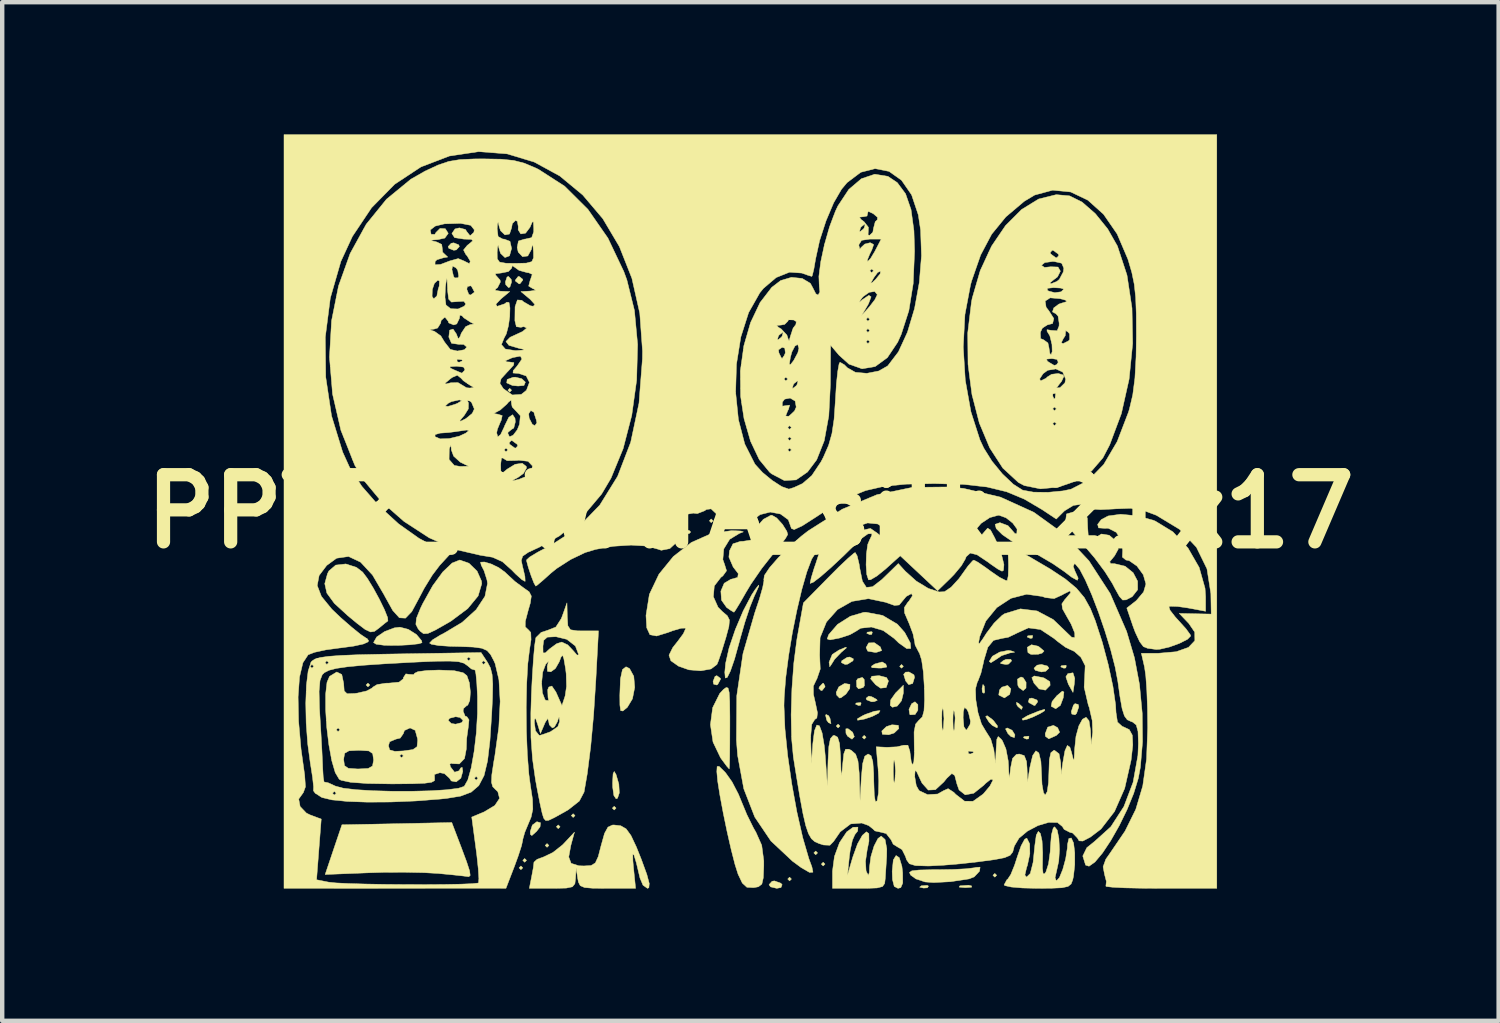
<source format=kicad_pcb>
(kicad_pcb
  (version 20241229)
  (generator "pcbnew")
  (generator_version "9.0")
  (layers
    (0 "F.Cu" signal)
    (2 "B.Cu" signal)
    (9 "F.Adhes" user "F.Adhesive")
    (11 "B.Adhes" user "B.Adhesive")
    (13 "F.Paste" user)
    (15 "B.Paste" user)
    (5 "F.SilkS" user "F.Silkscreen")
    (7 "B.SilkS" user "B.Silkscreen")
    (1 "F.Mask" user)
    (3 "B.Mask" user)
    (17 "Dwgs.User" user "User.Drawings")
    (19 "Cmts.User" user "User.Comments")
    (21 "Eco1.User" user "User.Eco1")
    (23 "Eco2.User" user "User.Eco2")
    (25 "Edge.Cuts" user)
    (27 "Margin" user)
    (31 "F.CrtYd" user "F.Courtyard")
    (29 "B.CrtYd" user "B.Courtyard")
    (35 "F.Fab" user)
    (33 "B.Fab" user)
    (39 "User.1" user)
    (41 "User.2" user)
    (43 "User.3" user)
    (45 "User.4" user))
  (footprint "PPTP_OWATA_silk_21x17"
    (layer "F.Cu")
    (at 13.977 8.556)
    (property "Reference" "PPTP_OWATA_silk_21x17" (at 0 0 0) (layer "F.SilkS") (effects (font (size 1.524 1.524) (thickness 0.3))))
    (attr through_hole)
    (fp_poly (pts (xy -8.636 3.937) (xy -8.678 3.979) (xy -8.721 3.937) (xy -8.678 3.895) (xy -8.636 3.937)) (stroke (width 0.01) (type solid)) (fill yes) (layer "F.SilkS"))
    (fp_poly (pts (xy -5.419 -2.752) (xy -5.461 -2.709) (xy -5.503 -2.752) (xy -5.461 -2.794) (xy -5.419 -2.752)) (stroke (width 0.01) (type solid)) (fill yes) (layer "F.SilkS"))
    (fp_poly (pts (xy -5.165 8.086) (xy -5.207 8.128) (xy -5.249 8.086) (xy -5.207 8.043) (xy -5.165 8.086)) (stroke (width 0.01) (type solid)) (fill yes) (layer "F.SilkS"))
    (fp_poly (pts (xy -5.08 7.916) (xy -5.122 7.959) (xy -5.165 7.916) (xy -5.122 7.874) (xy -5.08 7.916)) (stroke (width 0.01) (type solid)) (fill yes) (layer "F.SilkS"))
    (fp_poly (pts (xy -4.572 7.578) (xy -4.614 7.62) (xy -4.657 7.578) (xy -4.614 7.535) (xy -4.572 7.578)) (stroke (width 0.01) (type solid)) (fill yes) (layer "F.SilkS"))
    (fp_poly (pts (xy -4.318 7.154) (xy -4.36 7.197) (xy -4.403 7.154) (xy -4.36 7.112) (xy -4.318 7.154)) (stroke (width 0.01) (type solid)) (fill yes) (layer "F.SilkS"))
    (fp_poly (pts (xy -3.979 6.9) (xy -4.022 6.943) (xy -4.064 6.9) (xy -4.022 6.858) (xy -3.979 6.9)) (stroke (width 0.01) (type solid)) (fill yes) (layer "F.SilkS"))
    (fp_poly (pts (xy -3.048 6.731) (xy -3.09 6.773) (xy -3.133 6.731) (xy -3.09 6.689) (xy -3.048 6.731)) (stroke (width 0.01) (type solid)) (fill yes) (layer "F.SilkS"))
    (fp_poly (pts (xy -1.355 0.466) (xy -1.397 0.508) (xy -1.439 0.466) (xy -1.397 0.423) (xy -1.355 0.466)) (stroke (width 0.01) (type solid)) (fill yes) (layer "F.SilkS"))
    (fp_poly (pts (xy -0.847 0.212) (xy -0.889 0.254) (xy -0.931 0.212) (xy -0.889 0.169) (xy -0.847 0.212)) (stroke (width 0.01) (type solid)) (fill yes) (layer "F.SilkS"))
    (fp_poly (pts (xy 0.931 8.34) (xy 0.889 8.382) (xy 0.847 8.34) (xy 0.889 8.297) (xy 0.931 8.34)) (stroke (width 0.01) (type solid)) (fill yes) (layer "F.SilkS"))
    (fp_poly (pts (xy 1.524 7.747) (xy 1.482 7.789) (xy 1.439 7.747) (xy 1.482 7.705) (xy 1.524 7.747)) (stroke (width 0.01) (type solid)) (fill yes) (layer "F.SilkS"))
    (fp_poly (pts (xy 1.693 8.001) (xy 1.651 8.043) (xy 1.609 8.001) (xy 1.651 7.959) (xy 1.693 8.001)) (stroke (width 0.01) (type solid)) (fill yes) (layer "F.SilkS"))
    (fp_poly (pts (xy 2.032 4.868) (xy 1.99 4.911) (xy 1.947 4.868) (xy 1.99 4.826) (xy 2.032 4.868)) (stroke (width 0.01) (type solid)) (fill yes) (layer "F.SilkS"))
    (fp_poly (pts (xy 2.625 5.122) (xy 2.582 5.165) (xy 2.54 5.122) (xy 2.582 5.08) (xy 2.625 5.122)) (stroke (width 0.01) (type solid)) (fill yes) (layer "F.SilkS"))
    (fp_poly (pts (xy 3.471 3.514) (xy 3.429 3.556) (xy 3.387 3.514) (xy 3.429 3.471) (xy 3.471 3.514)) (stroke (width 0.01) (type solid)) (fill yes) (layer "F.SilkS"))
    (fp_poly (pts (xy 5.588 8.255) (xy 5.546 8.297) (xy 5.503 8.255) (xy 5.546 8.213) (xy 5.588 8.255)) (stroke (width 0.01) (type solid)) (fill yes) (layer "F.SilkS"))
    (fp_poly (pts (xy 2.512 4.346) (xy 2.5 4.397) (xy 2.455 4.403) (xy 2.386 4.372) (xy 2.399 4.346) (xy 2.499 4.336) (xy 2.512 4.346)) (stroke (width 0.01) (type solid)) (fill yes) (layer "F.SilkS"))
    (fp_poly (pts (xy 2.766 2.738) (xy 2.754 2.788) (xy 2.709 2.794) (xy 2.64 2.763) (xy 2.653 2.738) (xy 2.753 2.727) (xy 2.766 2.738)) (stroke (width 0.01) (type solid)) (fill yes) (layer "F.SilkS"))
    (fp_poly (pts (xy 4.041 8.5) (xy 4.016 8.539) (xy 3.93 8.545) (xy 3.84 8.524) (xy 3.879 8.493) (xy 4.011 8.483) (xy 4.041 8.5)) (stroke (width 0.01) (type solid)) (fill yes) (layer "F.SilkS"))
    (fp_poly (pts (xy 5.307 3.963) (xy 5.317 4.096) (xy 5.3 4.126) (xy 5.262 4.1) (xy 5.256 4.015) (xy 5.277 3.924) (xy 5.307 3.963)) (stroke (width 0.01) (type solid)) (fill yes) (layer "F.SilkS"))
    (fp_poly (pts (xy 6.322 5.108) (xy 6.31 5.159) (xy 6.265 5.165) (xy 6.196 5.134) (xy 6.209 5.108) (xy 6.309 5.098) (xy 6.322 5.108)) (stroke (width 0.01) (type solid)) (fill yes) (layer "F.SilkS"))
    (fp_poly (pts (xy 6.406 2.822) (xy 6.395 2.873) (xy 6.35 2.879) (xy 6.28 2.848) (xy 6.294 2.822) (xy 6.394 2.812) (xy 6.406 2.822)) (stroke (width 0.01) (type solid)) (fill yes) (layer "F.SilkS"))
    (fp_poly (pts (xy 7.168 3.5) (xy 7.157 3.55) (xy 7.112 3.556) (xy 7.042 3.525) (xy 7.056 3.5) (xy 7.156 3.489) (xy 7.168 3.5)) (stroke (width 0.01) (type solid)) (fill yes) (layer "F.SilkS"))
    (fp_poly (pts (xy 1.775 4.634) (xy 1.807 4.695) (xy 1.829 4.815) (xy 1.772 4.791) (xy 1.732 4.736) (xy 1.706 4.625) (xy 1.717 4.605) (xy 1.775 4.634)) (stroke (width 0.01) (type solid)) (fill yes) (layer "F.SilkS"))
    (fp_poly (pts (xy 5.938 4.964) (xy 6.003 5.069) (xy 5.99 5.13) (xy 5.913 5.107) (xy 5.844 5.04) (xy 5.789 4.933) (xy 5.827 4.911) (xy 5.938 4.964)) (stroke (width 0.01) (type solid)) (fill yes) (layer "F.SilkS"))
    (fp_poly (pts (xy 6.083 4.352) (xy 6.174 4.437) (xy 6.155 4.487) (xy 6.143 4.487) (xy 6.072 4.427) (xy 6.046 4.39) (xy 6.036 4.332) (xy 6.083 4.352)) (stroke (width 0.01) (type solid)) (fill yes) (layer "F.SilkS"))
    (fp_poly (pts (xy 7.36 3.787) (xy 7.35 3.909) (xy 7.32 4.106) (xy 7.216 3.921) (xy 7.158 3.752) (xy 7.202 3.68) (xy 7.319 3.66) (xy 7.36 3.787)) (stroke (width 0.01) (type solid)) (fill yes) (layer "F.SilkS"))
    (fp_poly (pts (xy -6.618 -6.05) (xy -6.604 -6.011) (xy -6.673 -5.936) (xy -6.731 -5.927) (xy -6.844 -5.972) (xy -6.858 -6.011) (xy -6.789 -6.086) (xy -6.731 -6.096) (xy -6.618 -6.05)) (stroke (width 0.01) (type solid)) (fill yes) (layer "F.SilkS"))
    (fp_poly (pts (xy -5.427 -5.265) (xy -5.419 -5.207) (xy -5.457 -5.094) (xy -5.489 -5.08) (xy -5.552 -5.149) (xy -5.56 -5.207) (xy -5.522 -5.32) (xy -5.489 -5.334) (xy -5.427 -5.265)) (stroke (width 0.01) (type solid)) (fill yes) (layer "F.SilkS"))
    (fp_poly (pts (xy -5.167 -5.27) (xy -5.165 -5.249) (xy -5.229 -5.167) (xy -5.249 -5.165) (xy -5.332 -5.229) (xy -5.334 -5.249) (xy -5.27 -5.332) (xy -5.249 -5.334) (xy -5.167 -5.27)) (stroke (width 0.01) (type solid)) (fill yes) (layer "F.SilkS"))
    (fp_poly (pts (xy -4.762 7.063) (xy -4.773 7.155) (xy -4.852 7.259) (xy -4.959 7.354) (xy -4.993 7.325) (xy -4.995 7.262) (xy -4.948 7.115) (xy -4.845 7.039) (xy -4.762 7.063)) (stroke (width 0.01) (type solid)) (fill yes) (layer "F.SilkS"))
    (fp_poly (pts (xy -0.68 3.786) (xy -0.677 3.805) (xy -0.739 3.92) (xy -0.762 3.937) (xy -0.834 3.918) (xy -0.847 3.857) (xy -0.802 3.741) (xy -0.762 3.725) (xy -0.68 3.786)) (stroke (width 0.01) (type solid)) (fill yes) (layer "F.SilkS"))
    (fp_poly (pts (xy 0.689 8.434) (xy 0.72 8.467) (xy 0.694 8.533) (xy 0.598 8.551) (xy 0.457 8.517) (xy 0.423 8.467) (xy 0.492 8.391) (xy 0.545 8.382) (xy 0.689 8.434)) (stroke (width 0.01) (type solid)) (fill yes) (layer "F.SilkS"))
    (fp_poly (pts (xy 1.692 3.96) (xy 1.693 3.979) (xy 1.628 4.061) (xy 1.604 4.064) (xy 1.553 4.012) (xy 1.566 3.979) (xy 1.642 3.899) (xy 1.656 3.895) (xy 1.692 3.96)) (stroke (width 0.01) (type solid)) (fill yes) (layer "F.SilkS"))
    (fp_poly (pts (xy 2.319 5.008) (xy 2.358 5.11) (xy 2.308 5.164) (xy 2.302 5.165) (xy 2.204 5.097) (xy 2.168 5.031) (xy 2.166 4.931) (xy 2.217 4.93) (xy 2.319 5.008)) (stroke (width 0.01) (type solid)) (fill yes) (layer "F.SilkS"))
    (fp_poly (pts (xy 2.337 3.344) (xy 2.328 3.387) (xy 2.206 3.464) (xy 2.149 3.471) (xy 2.065 3.429) (xy 2.074 3.387) (xy 2.196 3.31) (xy 2.254 3.302) (xy 2.337 3.344)) (stroke (width 0.01) (type solid)) (fill yes) (layer "F.SilkS"))
    (fp_poly (pts (xy 2.582 3.81) (xy 2.588 3.95) (xy 2.559 3.994) (xy 2.455 4.024) (xy 2.413 3.979) (xy 2.407 3.839) (xy 2.436 3.795) (xy 2.54 3.765) (xy 2.582 3.81)) (stroke (width 0.01) (type solid)) (fill yes) (layer "F.SilkS"))
    (fp_poly (pts (xy 2.752 4.203) (xy 2.863 4.263) (xy 2.879 4.285) (xy 2.81 4.314) (xy 2.752 4.318) (xy 2.639 4.274) (xy 2.625 4.236) (xy 2.687 4.189) (xy 2.752 4.203)) (stroke (width 0.01) (type solid)) (fill yes) (layer "F.SilkS"))
    (fp_poly (pts (xy 2.948 3.072) (xy 2.979 3.157) (xy 2.865 3.195) (xy 2.832 3.198) (xy 2.663 3.169) (xy 2.625 3.089) (xy 2.683 2.982) (xy 2.814 2.978) (xy 2.948 3.072)) (stroke (width 0.01) (type solid)) (fill yes) (layer "F.SilkS"))
    (fp_poly (pts (xy 3.073 3.463) (xy 3.096 3.529) (xy 2.972 3.553) (xy 2.917 3.553) (xy 2.756 3.544) (xy 2.747 3.51) (xy 2.823 3.46) (xy 2.989 3.414) (xy 3.073 3.463)) (stroke (width 0.01) (type solid)) (fill yes) (layer "F.SilkS"))
    (fp_poly (pts (xy 3.089 3.768) (xy 3.133 3.847) (xy 3.081 3.995) (xy 2.954 4.009) (xy 2.843 3.932) (xy 2.727 3.796) (xy 2.755 3.738) (xy 2.921 3.725) (xy 3.089 3.768)) (stroke (width 0.01) (type solid)) (fill yes) (layer "F.SilkS"))
    (fp_poly (pts (xy 3.356 4.851) (xy 3.368 4.925) (xy 3.264 5.025) (xy 3.138 5.066) (xy 2.994 5.055) (xy 2.982 4.981) (xy 3.086 4.881) (xy 3.212 4.84) (xy 3.356 4.851)) (stroke (width 0.01) (type solid)) (fill yes) (layer "F.SilkS"))
    (fp_poly (pts (xy 3.471 4.119) (xy 3.429 4.294) (xy 3.332 4.415) (xy 3.223 4.442) (xy 3.172 4.398) (xy 3.183 4.276) (xy 3.292 4.121) (xy 3.471 3.942) (xy 3.471 4.119)) (stroke (width 0.01) (type solid)) (fill yes) (layer "F.SilkS"))
    (fp_poly (pts (xy 3.711 3.706) (xy 3.725 3.763) (xy 3.682 3.903) (xy 3.592 3.929) (xy 3.523 3.845) (xy 3.477 3.695) (xy 3.521 3.645) (xy 3.598 3.641) (xy 3.711 3.706)) (stroke (width 0.01) (type solid)) (fill yes) (layer "F.SilkS"))
    (fp_poly (pts (xy 3.8 4.381) (xy 3.8 4.509) (xy 3.737 4.607) (xy 3.628 4.613) (xy 3.616 4.604) (xy 3.598 4.491) (xy 3.659 4.362) (xy 3.734 4.318) (xy 3.8 4.381)) (stroke (width 0.01) (type solid)) (fill yes) (layer "F.SilkS"))
    (fp_poly (pts (xy 5.018 8.496) (xy 5.021 8.524) (xy 4.888 8.535) (xy 4.868 8.535) (xy 4.737 8.523) (xy 4.75 8.497) (xy 4.764 8.493) (xy 4.949 8.48) (xy 5.018 8.496)) (stroke (width 0.01) (type solid)) (fill yes) (layer "F.SilkS"))
    (fp_poly (pts (xy 5.488 4.719) (xy 5.524 4.755) (xy 5.609 4.869) (xy 5.598 4.911) (xy 5.488 4.853) (xy 5.417 4.782) (xy 5.338 4.656) (xy 5.371 4.633) (xy 5.488 4.719)) (stroke (width 0.01) (type solid)) (fill yes) (layer "F.SilkS"))
    (fp_poly (pts (xy 5.911 4.025) (xy 5.884 4.149) (xy 5.764 4.23) (xy 5.642 4.168) (xy 5.636 4.158) (xy 5.652 4.05) (xy 5.708 3.985) (xy 5.837 3.947) (xy 5.911 4.025)) (stroke (width 0.01) (type solid)) (fill yes) (layer "F.SilkS"))
    (fp_poly (pts (xy 5.927 3.389) (xy 5.858 3.462) (xy 5.8 3.471) (xy 5.687 3.453) (xy 5.673 3.438) (xy 5.739 3.383) (xy 5.8 3.356) (xy 5.909 3.354) (xy 5.927 3.389)) (stroke (width 0.01) (type solid)) (fill yes) (layer "F.SilkS"))
    (fp_poly (pts (xy 6.192 3.775) (xy 6.256 3.878) (xy 6.254 4.005) (xy 6.19 4.064) (xy 6.096 3.997) (xy 6.069 3.945) (xy 6.06 3.804) (xy 6.14 3.755) (xy 6.192 3.775)) (stroke (width 0.01) (type solid)) (fill yes) (layer "F.SilkS"))
    (fp_poly (pts (xy 6.503 4.278) (xy 6.519 4.318) (xy 6.459 4.4) (xy 6.44 4.403) (xy 6.325 4.341) (xy 6.308 4.318) (xy 6.327 4.246) (xy 6.387 4.233) (xy 6.503 4.278)) (stroke (width 0.01) (type solid)) (fill yes) (layer "F.SilkS"))
    (fp_poly (pts (xy 6.742 3.507) (xy 6.773 3.556) (xy 6.702 3.625) (xy 6.604 3.641) (xy 6.466 3.605) (xy 6.435 3.556) (xy 6.506 3.487) (xy 6.604 3.471) (xy 6.742 3.507)) (stroke (width 0.01) (type solid)) (fill yes) (layer "F.SilkS"))
    (fp_poly (pts (xy 6.971 4.905) (xy 7.017 5.008) (xy 6.942 5.082) (xy 6.771 5.158) (xy 6.695 5.102) (xy 6.689 5.043) (xy 6.747 4.893) (xy 6.876 4.853) (xy 6.971 4.905)) (stroke (width 0.01) (type solid)) (fill yes) (layer "F.SilkS"))
    (fp_poly (pts (xy 7.439 4.379) (xy 7.451 4.435) (xy 7.401 4.581) (xy 7.366 4.614) (xy 7.293 4.596) (xy 7.281 4.54) (xy 7.331 4.393) (xy 7.366 4.36) (xy 7.439 4.379)) (stroke (width 0.01) (type solid)) (fill yes) (layer "F.SilkS"))
    (fp_poly (pts (xy 2.18 3.093) (xy 2.063 3.194) (xy 1.911 3.352) (xy 1.837 3.471) (xy 1.8 3.524) (xy 1.785 3.421) (xy 1.858 3.243) (xy 2.011 3.144) (xy 2.167 3.079) (xy 2.18 3.093)) (stroke (width 0.01) (type solid)) (fill yes) (layer "F.SilkS"))
    (fp_poly (pts (xy 6.525 3.056) (xy 6.558 3.077) (xy 6.663 3.167) (xy 6.62 3.213) (xy 6.532 3.239) (xy 6.367 3.243) (xy 6.298 3.202) (xy 6.283 3.081) (xy 6.378 3.024) (xy 6.525 3.056)) (stroke (width 0.01) (type solid)) (fill yes) (layer "F.SilkS"))
    (fp_poly (pts (xy 6.624 3.767) (xy 6.662 3.777) (xy 6.795 3.861) (xy 6.801 3.945) (xy 6.695 4.054) (xy 6.552 4.027) (xy 6.435 3.895) (xy 6.386 3.77) (xy 6.44 3.732) (xy 6.624 3.767)) (stroke (width 0.01) (type solid)) (fill yes) (layer "F.SilkS"))
    (fp_poly (pts (xy 7.114 4.097) (xy 7.099 4.227) (xy 7.034 4.4) (xy 6.928 4.476) (xy 6.827 4.421) (xy 6.825 4.418) (xy 6.846 4.312) (xy 6.953 4.181) (xy 7.078 4.076) (xy 7.114 4.097)) (stroke (width 0.01) (type solid)) (fill yes) (layer "F.SilkS"))
    (fp_poly (pts (xy -5.187 -3.012) (xy -5.106 -2.935) (xy -5.137 -2.861) (xy -5.142 -2.859) (xy -5.27 -2.847) (xy -5.399 -2.859) (xy -5.529 -2.918) (xy -5.519 -2.996) (xy -5.385 -3.045) (xy -5.334 -3.048) (xy -5.187 -3.012)) (stroke (width 0.01) (type solid)) (fill yes) (layer "F.SilkS"))
    (fp_poly (pts (xy -3.048 5.969) (xy -2.985 6.186) (xy -2.974 6.385) (xy -3.015 6.506) (xy -3.048 6.519) (xy -3.098 6.444) (xy -3.125 6.255) (xy -3.127 6.16) (xy -3.116 5.952) (xy -3.09 5.899) (xy -3.048 5.969)) (stroke (width 0.01) (type solid)) (fill yes) (layer "F.SilkS"))
    (fp_poly (pts (xy 2.258 3.923) (xy 2.259 3.924) (xy 2.255 4.018) (xy 2.169 4.142) (xy 2.056 4.226) (xy 2.022 4.233) (xy 1.956 4.164) (xy 1.947 4.104) (xy 2.008 3.978) (xy 2.138 3.902) (xy 2.258 3.923)) (stroke (width 0.01) (type solid)) (fill yes) (layer "F.SilkS"))
    (fp_poly (pts (xy 2.943 4.523) (xy 2.908 4.577) (xy 2.772 4.647) (xy 2.596 4.708) (xy 2.443 4.735) (xy 2.429 4.734) (xy 2.43 4.702) (xy 2.556 4.629) (xy 2.613 4.603) (xy 2.81 4.533) (xy 2.932 4.518) (xy 2.943 4.523)) (stroke (width 0.01) (type solid)) (fill yes) (layer "F.SilkS"))
    (fp_poly (pts (xy 3.378 7.855) (xy 3.438 8.053) (xy 3.455 8.198) (xy 3.457 8.431) (xy 3.412 8.535) (xy 3.349 8.551) (xy 3.264 8.507) (xy 3.224 8.352) (xy 3.217 8.163) (xy 3.243 7.907) (xy 3.305 7.806) (xy 3.378 7.855)) (stroke (width 0.01) (type solid)) (fill yes) (layer "F.SilkS"))
    (fp_poly (pts (xy 5.91 3.16) (xy 5.997 3.191) (xy 5.921 3.206) (xy 5.891 3.208) (xy 5.701 3.271) (xy 5.574 3.357) (xy 5.458 3.431) (xy 5.419 3.403) (xy 5.491 3.284) (xy 5.659 3.189) (xy 5.85 3.152) (xy 5.91 3.16)) (stroke (width 0.01) (type solid)) (fill yes) (layer "F.SilkS"))
    (fp_poly (pts (xy 6.677 4.521) (xy 6.572 4.586) (xy 6.416 4.661) (xy 6.263 4.719) (xy 6.181 4.735) (xy 6.165 4.707) (xy 6.279 4.638) (xy 6.339 4.611) (xy 6.539 4.53) (xy 6.667 4.491) (xy 6.677 4.49) (xy 6.677 4.521)) (stroke (width 0.01) (type solid)) (fill yes) (layer "F.SilkS"))
    (fp_poly (pts (xy -2.742 3.564) (xy -2.646 3.739) (xy -2.625 3.991) (xy -2.676 4.25) (xy -2.792 4.443) (xy -2.794 4.445) (xy -2.894 4.527) (xy -2.944 4.519) (xy -2.961 4.393) (xy -2.963 4.169) (xy -2.949 3.799) (xy -2.903 3.587) (xy -2.822 3.524) (xy -2.742 3.564)) (stroke (width 0.01) (type solid)) (fill yes) (layer "F.SilkS"))
    (fp_poly (pts (xy -7.763 2.674) (xy -7.577 2.792) (xy -7.462 2.93) (xy -7.451 2.978) (xy -7.528 3.002) (xy -7.73 3.025) (xy -8.001 3.039) (xy -8.298 3.037) (xy -8.493 3.011) (xy -8.551 2.973) (xy -8.479 2.847) (xy -8.301 2.725) (xy -8.081 2.641) (xy -7.953 2.625) (xy -7.763 2.674)) (stroke (width 0.01) (type solid)) (fill yes) (layer "F.SilkS"))
    (fp_poly (pts (xy -6.563 7.616) (xy -6.439 7.949) (xy -6.372 8.154) (xy -6.358 8.257) (xy -6.389 8.287) (xy -6.413 8.284) (xy -6.524 8.27) (xy -6.754 8.245) (xy -7.056 8.216) (xy -7.07 8.214) (xy -7.407 8.195) (xy -7.848 8.186) (xy -8.328 8.188) (xy -8.656 8.198) (xy -9.649 8.237) (xy -9.459 7.673) (xy -9.268 7.109) (xy -6.776 7.058) (xy -6.563 7.616)) (stroke (width 0.01) (type solid)) (fill yes) (layer "F.SilkS"))
    (fp_poly (pts (xy -0.507 4.006) (xy -0.482 4.103) (xy -0.47 4.308) (xy -0.466 4.645) (xy -0.466 4.875) (xy -0.467 5.257) (xy -0.47 5.568) (xy -0.475 5.774) (xy -0.481 5.842) (xy -0.535 5.781) (xy -0.648 5.629) (xy -0.677 5.589) (xy -0.848 5.232) (xy -0.907 4.836) (xy -0.856 4.451) (xy -0.696 4.13) (xy -0.611 4.038) (xy -0.548 3.993) (xy -0.507 4.006)) (stroke (width 0.01) (type solid)) (fill yes) (layer "F.SilkS"))
    (fp_poly (pts (xy 5.199 8.162) (xy 5.08 8.289) (xy 4.965 8.336) (xy 4.542 8.4) (xy 4.16 8.42) (xy 3.964 8.406) (xy 3.756 8.337) (xy 3.636 8.25) (xy 3.609 8.191) (xy 3.663 8.154) (xy 3.826 8.135) (xy 4.122 8.128) (xy 4.258 8.128) (xy 4.606 8.122) (xy 4.898 8.107) (xy 5.086 8.084) (xy 5.116 8.076) (xy 5.212 8.07) (xy 5.199 8.162)) (stroke (width 0.01) (type solid)) (fill yes) (layer "F.SilkS"))
    (fp_poly (pts (xy 0.192 1.692) (xy 0.122 1.849) (xy 0.092 1.912) (xy -0.008 2.161) (xy -0.124 2.508) (xy -0.233 2.888) (xy -0.255 2.971) (xy -0.36 3.35) (xy -0.453 3.619) (xy -0.525 3.765) (xy -0.57 3.779) (xy -0.581 3.649) (xy -0.562 3.444) (xy -0.484 3.097) (xy -0.341 2.676) (xy -0.161 2.252) (xy 0.029 1.892) (xy 0.107 1.772) (xy 0.186 1.671) (xy 0.192 1.692)) (stroke (width 0.01) (type solid)) (fill yes) (layer "F.SilkS"))
    (fp_poly (pts (xy -6.386 1.174) (xy -6.202 1.353) (xy -6.102 1.578) (xy -6.096 1.64) (xy -6.178 1.916) (xy -6.414 2.203) (xy -6.791 2.485) (xy -6.888 2.542) (xy -7.156 2.694) (xy -7.319 2.768) (xy -7.417 2.773) (xy -7.492 2.717) (xy -7.54 2.661) (xy -7.591 2.56) (xy -7.577 2.421) (xy -7.487 2.199) (xy -7.433 2.087) (xy -7.21 1.687) (xy -6.981 1.373) (xy -6.767 1.169) (xy -6.596 1.101) (xy -6.386 1.174)) (stroke (width 0.01) (type solid)) (fill yes) (layer "F.SilkS"))
    (fp_poly (pts (xy -8.939 1.268) (xy -8.798 1.376) (xy -8.69 1.52) (xy -8.556 1.739) (xy -8.42 1.989) (xy -8.304 2.226) (xy -8.232 2.406) (xy -8.225 2.483) (xy -8.305 2.544) (xy -8.434 2.65) (xy -8.529 2.72) (xy -8.618 2.734) (xy -8.737 2.68) (xy -8.92 2.542) (xy -9.133 2.366) (xy -9.44 2.085) (xy -9.61 1.852) (xy -9.658 1.638) (xy -9.596 1.411) (xy -9.564 1.349) (xy -9.409 1.216) (xy -9.181 1.19) (xy -8.939 1.268)) (stroke (width 0.01) (type solid)) (fill yes) (layer "F.SilkS"))
    (fp_poly (pts (xy 3.002 2.359) (xy 3.336 2.558) (xy 3.501 2.744) (xy 3.629 2.983) (xy 3.639 3.108) (xy 3.547 3.111) (xy 3.367 2.983) (xy 3.26 2.879) (xy 3.014 2.701) (xy 2.743 2.621) (xy 2.501 2.649) (xy 2.398 2.716) (xy 2.258 2.795) (xy 2.036 2.868) (xy 2.002 2.876) (xy 1.807 2.913) (xy 1.743 2.892) (xy 1.774 2.801) (xy 1.78 2.791) (xy 1.978 2.561) (xy 2.267 2.378) (xy 2.569 2.289) (xy 2.621 2.286) (xy 3.002 2.359)) (stroke (width 0.01) (type solid)) (fill yes) (layer "F.SilkS"))
    (fp_poly (pts (xy -0.593 5.897) (xy -0.563 5.929) (xy -0.417 6.134) (xy -0.27 6.417) (xy -0.211 6.562) (xy -0.081 6.876) (xy 0.068 7.178) (xy 0.127 7.281) (xy 0.257 7.574) (xy 0.304 7.928) (xy 0.304 8.043) (xy 0.293 8.311) (xy 0.26 8.454) (xy 0.182 8.515) (xy 0.075 8.535) (xy -0.079 8.527) (xy -0.184 8.431) (xy -0.28 8.229) (xy -0.35 8.008) (xy -0.436 7.672) (xy -0.528 7.269) (xy -0.616 6.844) (xy -0.691 6.443) (xy -0.743 6.114) (xy -0.762 5.903) (xy -0.755 5.786) (xy -0.711 5.783) (xy -0.593 5.897)) (stroke (width 0.01) (type solid)) (fill yes) (layer "F.SilkS"))
    (fp_poly (pts (xy 0.597 0.148) (xy 0.729 0.293) (xy 0.827 0.45) (xy 0.847 0.522) (xy 0.795 0.613) (xy 0.662 0.789) (xy 0.502 0.981) (xy 0.256 1.294) (xy 0.011 1.65) (xy -0.099 1.833) (xy -0.235 2.07) (xy -0.335 2.234) (xy -0.373 2.286) (xy -0.446 2.243) (xy -0.541 2.176) (xy -0.656 2.012) (xy -0.67 1.807) (xy -0.594 1.627) (xy -0.445 1.539) (xy -0.288 1.496) (xy -0.275 1.41) (xy -0.391 1.259) (xy -0.488 1.035) (xy -0.474 0.892) (xy -0.395 0.733) (xy -0.229 0.679) (xy -0.168 0.677) (xy 0.02 0.648) (xy 0.084 0.546) (xy 0.085 0.521) (xy 0.148 0.344) (xy 0.295 0.177) (xy 0.462 0.087) (xy 0.489 0.085) (xy 0.597 0.148)) (stroke (width 0.01) (type solid)) (fill yes) (layer "F.SilkS"))
    (fp_poly (pts (xy 7.429 0.015) (xy 7.582 0.052) (xy 7.645 0.148) (xy 7.653 0.359) (xy 7.653 0.36) (xy 7.669 0.587) (xy 7.727 0.678) (xy 7.816 0.617) (xy 7.832 0.593) (xy 7.964 0.511) (xy 8.141 0.539) (xy 8.288 0.662) (xy 8.301 0.684) (xy 8.348 0.852) (xy 8.263 1.007) (xy 8.249 1.023) (xy 8.152 1.142) (xy 8.176 1.182) (xy 8.265 1.185) (xy 8.504 1.243) (xy 8.685 1.389) (xy 8.786 1.581) (xy 8.787 1.775) (xy 8.666 1.93) (xy 8.642 1.944) (xy 8.524 2.005) (xy 8.447 2.009) (xy 8.374 1.929) (xy 8.268 1.739) (xy 8.213 1.633) (xy 8.045 1.367) (xy 7.808 1.049) (xy 7.552 0.749) (xy 7.547 0.744) (xy 7.28 0.424) (xy 7.155 0.194) (xy 7.173 0.056) (xy 7.333 0.01) (xy 7.429 0.015)) (stroke (width 0.01) (type solid)) (fill yes) (layer "F.SilkS"))
    (fp_poly (pts (xy 2.435 7.25) (xy 2.371 7.331) (xy 2.314 7.46) (xy 2.264 7.692) (xy 2.245 7.835) (xy 2.202 8.255) (xy 2.323 7.842) (xy 2.431 7.543) (xy 2.54 7.349) (xy 2.632 7.268) (xy 2.688 7.309) (xy 2.69 7.481) (xy 2.649 7.683) (xy 2.612 7.937) (xy 2.624 8.146) (xy 2.632 8.173) (xy 2.677 8.256) (xy 2.698 8.192) (xy 2.703 8.068) (xy 2.735 7.827) (xy 2.806 7.592) (xy 2.895 7.42) (xy 2.968 7.366) (xy 3.056 7.443) (xy 3.095 7.655) (xy 3.092 7.832) (xy 3.074 8.109) (xy 3.061 8.319) (xy 3.047 8.44) (xy 2.998 8.51) (xy 2.875 8.542) (xy 2.64 8.551) (xy 2.455 8.551) (xy 1.863 8.551) (xy 1.863 8.159) (xy 1.907 7.827) (xy 2.023 7.513) (xy 2.186 7.27) (xy 2.33 7.165) (xy 2.44 7.162) (xy 2.435 7.25)) (stroke (width 0.01) (type solid)) (fill yes) (layer "F.SilkS"))
    (fp_poly (pts (xy -0.213 0.443) (xy -0.159 0.462) (xy -0.251 0.498) (xy -0.254 0.499) (xy -0.47 0.631) (xy -0.604 0.849) (xy -0.625 1.091) (xy -0.589 1.192) (xy -0.541 1.345) (xy -0.624 1.46) (xy -0.67 1.495) (xy -0.819 1.689) (xy -0.84 1.934) (xy -0.734 2.172) (xy -0.639 2.268) (xy -0.523 2.367) (xy -0.475 2.463) (xy -0.488 2.609) (xy -0.555 2.859) (xy -0.564 2.888) (xy -0.649 3.165) (xy -0.724 3.387) (xy -0.759 3.471) (xy -0.893 3.573) (xy -1.125 3.615) (xy -1.394 3.593) (xy -1.63 3.51) (xy -1.804 3.388) (xy -1.847 3.261) (xy -1.761 3.087) (xy -1.648 2.944) (xy -1.521 2.773) (xy -1.471 2.661) (xy -1.475 2.646) (xy -1.571 2.649) (xy -1.766 2.706) (xy -1.872 2.746) (xy -2.129 2.825) (xy -2.28 2.796) (xy -2.352 2.639) (xy -2.369 2.36) (xy -2.292 1.879) (xy -2.075 1.423) (xy -1.748 1.021) (xy -1.34 0.703) (xy -0.881 0.498) (xy -0.423 0.434) (xy -0.213 0.443)) (stroke (width 0.01) (type solid)) (fill yes) (layer "F.SilkS"))
    (fp_poly (pts (xy 8.762 0.097) (xy 9.132 0.196) (xy 9.186 0.217) (xy 9.587 0.462) (xy 9.929 0.829) (xy 10.183 1.27) (xy 10.316 1.741) (xy 10.329 1.931) (xy 10.329 2.264) (xy 9.934 2.19) (xy 9.694 2.155) (xy 9.53 2.15) (xy 9.496 2.16) (xy 9.522 2.241) (xy 9.641 2.394) (xy 9.721 2.482) (xy 9.883 2.661) (xy 9.979 2.793) (xy 9.991 2.824) (xy 9.918 2.9) (xy 9.738 2.991) (xy 9.511 3.074) (xy 9.294 3.125) (xy 9.21 3.131) (xy 9.012 3.104) (xy 8.917 3.066) (xy 8.833 2.954) (xy 8.732 2.738) (xy 8.679 2.597) (xy 8.541 2.191) (xy 8.758 2.021) (xy 8.922 1.826) (xy 8.975 1.645) (xy 8.915 1.435) (xy 8.771 1.238) (xy 8.594 1.115) (xy 8.521 1.101) (xy 8.44 1.035) (xy 8.447 0.886) (xy 8.425 0.658) (xy 8.301 0.472) (xy 8.119 0.38) (xy 8.036 0.382) (xy 7.9 0.372) (xy 7.879 0.292) (xy 7.961 0.185) (xy 8.115 0.102) (xy 8.399 0.063) (xy 8.762 0.097)) (stroke (width 0.01) (type solid)) (fill yes) (layer "F.SilkS"))
    (fp_poly (pts (xy -2.942 7.131) (xy -2.82 7.201) (xy -2.71 7.352) (xy -2.587 7.613) (xy -2.474 7.895) (xy -2.35 8.235) (xy -2.295 8.442) (xy -2.304 8.538) (xy -2.336 8.551) (xy -2.437 8.479) (xy -2.505 8.319) (xy -2.587 7.975) (xy -2.642 7.794) (xy -2.669 7.779) (xy -2.666 7.929) (xy -2.654 8.065) (xy -2.605 8.551) (xy -3.244 8.551) (xy -3.569 8.549) (xy -3.762 8.533) (xy -3.861 8.49) (xy -3.903 8.408) (xy -3.919 8.319) (xy -3.954 8.086) (xy -3.967 8.319) (xy -3.982 8.446) (xy -4.039 8.516) (xy -4.176 8.545) (xy -4.435 8.551) (xy -4.498 8.551) (xy -5.016 8.551) (xy -4.964 8.287) (xy -4.926 8.083) (xy -4.911 7.958) (xy -4.911 7.957) (xy -4.839 7.892) (xy -4.686 7.836) (xy -4.481 7.737) (xy -4.263 7.565) (xy -4.227 7.528) (xy -3.992 7.277) (xy -4.074 7.576) (xy -4.122 7.839) (xy -4.068 7.983) (xy -3.894 8.039) (xy -3.776 8.043) (xy -3.616 8.033) (xy -3.519 7.975) (xy -3.452 7.83) (xy -3.387 7.578) (xy -3.31 7.304) (xy -3.232 7.162) (xy -3.131 7.115) (xy -3.098 7.113) (xy -2.942 7.131)) (stroke (width 0.01) (type solid)) (fill yes) (layer "F.SilkS"))
    (fp_poly (pts (xy 6.962 7.23) (xy 7 7.419) (xy 7.013 7.671) (xy 6.997 7.93) (xy 6.952 8.137) (xy 6.913 8.309) (xy 6.941 8.382) (xy 6.943 8.382) (xy 7.012 8.307) (xy 7.088 8.121) (xy 7.154 7.879) (xy 7.192 7.636) (xy 7.196 7.552) (xy 7.226 7.421) (xy 7.281 7.408) (xy 7.333 7.522) (xy 7.36 7.744) (xy 7.36 8.015) (xy 7.331 8.277) (xy 7.313 8.361) (xy 7.277 8.452) (xy 7.207 8.508) (xy 7.067 8.538) (xy 6.823 8.549) (xy 6.509 8.551) (xy 6.176 8.543) (xy 5.919 8.521) (xy 5.775 8.489) (xy 5.757 8.472) (xy 5.819 8.357) (xy 5.841 8.34) (xy 5.909 8.236) (xy 5.996 8.021) (xy 6.059 7.826) (xy 6.143 7.586) (xy 6.224 7.437) (xy 6.272 7.412) (xy 6.337 7.541) (xy 6.341 7.767) (xy 6.285 8.031) (xy 6.267 8.08) (xy 6.228 8.25) (xy 6.266 8.297) (xy 6.351 8.213) (xy 6.415 7.961) (xy 6.454 7.578) (xy 6.487 7.343) (xy 6.533 7.258) (xy 6.581 7.308) (xy 6.618 7.475) (xy 6.632 7.743) (xy 6.631 7.814) (xy 6.627 8.091) (xy 6.642 8.22) (xy 6.679 8.219) (xy 6.708 8.174) (xy 6.765 7.994) (xy 6.802 7.724) (xy 6.81 7.582) (xy 6.83 7.339) (xy 6.871 7.184) (xy 6.902 7.154) (xy 6.962 7.23)) (stroke (width 0.01) (type solid)) (fill yes) (layer "F.SilkS"))
    (fp_poly (pts (xy -4.155 2.392) (xy -4.142 2.593) (xy -4.082 2.684) (xy -3.926 2.708) (xy -3.798 2.709) (xy -3.447 2.709) (xy -3.507 3.831) (xy -3.558 4.619) (xy -3.624 5.336) (xy -3.701 5.946) (xy -3.774 6.367) (xy -3.882 6.571) (xy -4.132 6.768) (xy -4.208 6.812) (xy -4.447 6.945) (xy -4.579 7.008) (xy -4.644 7.013) (xy -4.681 6.972) (xy -4.692 6.954) (xy -4.726 6.843) (xy -4.778 6.606) (xy -4.841 6.283) (xy -4.877 6.086) (xy -4.944 5.612) (xy -4.979 5.128) (xy -4.981 4.791) (xy -4.902 4.791) (xy -4.876 4.977) (xy -4.796 5.076) (xy -4.775 5.08) (xy -4.689 5.053) (xy -4.535 4.997) (xy -4.369 4.882) (xy -4.328 4.765) (xy -4.34 4.66) (xy -4.365 4.721) (xy -4.376 4.763) (xy -4.446 4.888) (xy -4.494 4.911) (xy -4.563 4.84) (xy -4.577 4.763) (xy -4.598 4.696) (xy -4.656 4.786) (xy -4.673 4.826) (xy -4.764 5.038) (xy -4.829 4.826) (xy -4.876 4.691) (xy -4.897 4.713) (xy -4.902 4.791) (xy -4.981 4.791) (xy -4.982 4.576) (xy -4.969 4.149) (xy -4.956 3.885) (xy -4.737 3.885) (xy -4.72 4.116) (xy -4.661 4.268) (xy -4.642 4.285) (xy -4.577 4.289) (xy -4.592 4.218) (xy -4.599 4.043) (xy -4.575 3.984) (xy -4.505 3.961) (xy -4.413 4.096) (xy -4.393 4.141) (xy -4.276 4.404) (xy -4.204 4.186) (xy -4.172 3.969) (xy -4.18 3.682) (xy -4.193 3.572) (xy -4.233 3.34) (xy -4.263 3.259) (xy -4.3 3.31) (xy -4.336 3.408) (xy -4.423 3.56) (xy -4.528 3.638) (xy -4.605 3.627) (xy -4.61 3.513) (xy -4.604 3.493) (xy -4.58 3.396) (xy -4.632 3.45) (xy -4.647 3.471) (xy -4.713 3.647) (xy -4.737 3.885) (xy -4.956 3.885) (xy -4.947 3.715) (xy -4.922 3.335) (xy -4.897 3.054) (xy -4.707 3.054) (xy -4.705 3.208) (xy -4.654 3.209) (xy -4.559 3.12) (xy -4.396 3) (xy -4.28 2.963) (xy -4.144 3.027) (xy -4.026 3.152) (xy -3.933 3.259) (xy -3.895 3.252) (xy -3.971 3.052) (xy -4.165 2.901) (xy -4.412 2.841) (xy -4.608 2.851) (xy -4.69 2.924) (xy -4.707 3.054) (xy -4.897 3.054) (xy -4.896 3.044) (xy -4.871 2.878) (xy -4.867 2.862) (xy -4.748 2.744) (xy -4.593 2.693) (xy -4.414 2.621) (xy -4.291 2.43) (xy -4.268 2.371) (xy -4.162 2.074) (xy -4.155 2.392)) (stroke (width 0.01) (type solid)) (fill yes) (layer "F.SilkS"))
    (fp_poly (pts (xy -5.964 3.425) (xy -5.899 3.548) (xy -5.861 3.699) (xy -5.846 3.916) (xy -5.852 4.234) (xy -5.87 4.598) (xy -5.91 5.202) (xy -5.964 5.659) (xy -6.043 5.991) (xy -6.163 6.22) (xy -6.335 6.368) (xy -6.573 6.458) (xy -6.891 6.51) (xy -7.034 6.525) (xy -7.605 6.569) (xy -8.167 6.592) (xy -8.691 6.595) (xy -9.144 6.579) (xy -9.496 6.544) (xy -9.716 6.491) (xy -9.737 6.481) (xy -9.872 6.392) (xy -9.483 6.392) (xy -9.44 6.435) (xy -9.398 6.392) (xy -9.44 6.35) (xy -9.483 6.392) (xy -9.872 6.392) (xy -9.877 6.389) (xy -9.915 6.336) (xy -9.912 6.245) (xy -9.935 6.032) (xy -9.98 5.742) (xy -9.985 5.715) (xy -10.045 5.27) (xy -10.08 4.803) (xy -10.089 4.348) (xy -10.079 4.081) (xy -9.787 4.081) (xy -9.778 4.458) (xy -9.767 4.651) (xy -9.743 5.051) (xy -9.722 5.431) (xy -9.708 5.728) (xy -9.705 5.814) (xy -9.693 6.024) (xy -9.675 6.134) (xy -9.667 6.139) (xy -9.582 6.155) (xy -9.416 6.231) (xy -9.413 6.232) (xy -9.241 6.278) (xy -8.944 6.313) (xy -8.56 6.336) (xy -8.126 6.348) (xy -7.678 6.348) (xy -7.253 6.337) (xy -6.889 6.314) (xy -6.623 6.28) (xy -6.494 6.237) (xy -6.412 6.092) (xy -6.401 6.054) (xy -6.265 6.054) (xy -6.223 6.096) (xy -6.181 6.054) (xy -6.223 6.011) (xy -6.265 6.054) (xy -6.401 6.054) (xy -6.335 5.816) (xy -6.269 5.447) (xy -6.219 5.024) (xy -6.193 4.585) (xy -6.193 4.197) (xy -6.208 3.9) (xy -6.228 3.687) (xy -6.247 3.598) (xy -6.251 3.598) (xy -6.329 3.574) (xy -6.42 3.498) (xy -6.498 3.443) (xy -6.548 3.429) (xy -6.096 3.429) (xy -6.054 3.471) (xy -6.011 3.429) (xy -6.054 3.387) (xy -6.096 3.429) (xy -6.548 3.429) (xy -6.618 3.409) (xy -6.812 3.395) (xy -7.108 3.397) (xy -7.536 3.415) (xy -7.659 3.421) (xy -8.294 3.456) (xy -8.78 3.489) (xy -9.14 3.523) (xy -9.393 3.56) (xy -9.561 3.603) (xy -9.666 3.656) (xy -9.715 3.703) (xy -9.766 3.837) (xy -9.787 4.081) (xy -10.079 4.081) (xy -10.074 3.942) (xy -10.035 3.622) (xy -10 3.514) (xy -9.991 3.514) (xy -9.948 3.556) (xy -9.906 3.514) (xy -9.948 3.471) (xy -9.991 3.514) (xy -10 3.514) (xy -9.974 3.429) (xy -9.652 3.429) (xy -9.61 3.471) (xy -9.567 3.429) (xy -9.61 3.387) (xy -9.652 3.429) (xy -9.974 3.429) (xy -9.972 3.423) (xy -9.95 3.395) (xy -9.881 3.349) (xy -9.865 3.344) (xy -6.435 3.344) (xy -6.392 3.387) (xy -6.35 3.344) (xy -6.392 3.302) (xy -6.435 3.344) (xy -9.865 3.344) (xy -9.763 3.314) (xy -9.573 3.287) (xy -9.291 3.266) (xy -8.895 3.25) (xy -8.364 3.238) (xy -7.963 3.231) (xy -6.111 3.201) (xy -5.964 3.425)) (stroke (width 0.01) (type solid)) (fill yes) (layer "F.SilkS"))
    (fp_poly (pts (xy -6.722 3.612) (xy -6.517 3.659) (xy -6.433 3.725) (xy -6.376 3.888) (xy -6.354 4.097) (xy -6.367 4.288) (xy -6.414 4.396) (xy -6.435 4.403) (xy -6.51 4.471) (xy -6.519 4.53) (xy -6.473 4.642) (xy -6.433 4.657) (xy -6.385 4.728) (xy -6.401 4.889) (xy -6.438 5.154) (xy -6.446 5.389) (xy -6.487 5.606) (xy -6.605 5.728) (xy -6.763 5.721) (xy -6.78 5.711) (xy -6.821 5.731) (xy -6.806 5.795) (xy -6.712 5.916) (xy -6.61 5.883) (xy -6.575 5.821) (xy -6.541 5.804) (xy -6.526 5.896) (xy -6.57 6.052) (xy -6.676 6.135) (xy -6.787 6.114) (xy -6.828 6.052) (xy -6.942 5.948) (xy -7.045 5.927) (xy -7.169 5.967) (xy -7.166 6.054) (xy -7.167 6.107) (xy -7.234 6.144) (xy -7.393 6.166) (xy -7.669 6.177) (xy -8.085 6.181) (xy -8.157 6.181) (xy -8.694 6.172) (xy -9.068 6.145) (xy -9.286 6.099) (xy -9.33 6.075) (xy -9.42 5.924) (xy -9.5 5.65) (xy -9.503 5.63) (xy -9.229 5.63) (xy -9.21 5.767) (xy -9.123 5.827) (xy -8.919 5.842) (xy -8.89 5.842) (xy -8.672 5.83) (xy -8.575 5.776) (xy -8.551 5.649) (xy -8.551 5.63) (xy -8.563 5.546) (xy -7.959 5.546) (xy -7.916 5.588) (xy -7.874 5.546) (xy -7.916 5.503) (xy -7.959 5.546) (xy -8.563 5.546) (xy -8.57 5.494) (xy -8.657 5.433) (xy -8.861 5.419) (xy -8.89 5.419) (xy -9.108 5.43) (xy -9.205 5.485) (xy -9.229 5.612) (xy -9.229 5.63) (xy -9.503 5.63) (xy -9.561 5.315) (xy -8.213 5.315) (xy -8.184 5.41) (xy -8.068 5.443) (xy -7.873 5.433) (xy -7.657 5.402) (xy -7.564 5.337) (xy -7.55 5.2) (xy -7.553 5.156) (xy -7.606 4.965) (xy -7.723 4.911) (xy -7.85 4.969) (xy -7.874 5.038) (xy -7.945 5.141) (xy -8.043 5.165) (xy -8.186 5.225) (xy -8.213 5.315) (xy -9.561 5.315) (xy -9.565 5.292) (xy -9.606 4.953) (xy -9.398 4.953) (xy -9.356 4.995) (xy -9.313 4.953) (xy -9.356 4.911) (xy -9.398 4.953) (xy -9.606 4.953) (xy -9.613 4.894) (xy -9.623 4.741) (xy -6.858 4.741) (xy -6.787 4.81) (xy -6.689 4.826) (xy -6.551 4.791) (xy -6.519 4.741) (xy -6.59 4.673) (xy -6.689 4.657) (xy -6.826 4.692) (xy -6.858 4.741) (xy -9.623 4.741) (xy -9.638 4.498) (xy -9.638 4.144) (xy -9.607 3.876) (xy -9.55 3.742) (xy -9.386 3.642) (xy -9.272 3.698) (xy -9.229 3.9) (xy -9.229 3.902) (xy -9.217 4.071) (xy -9.151 4.135) (xy -8.979 4.129) (xy -8.913 4.12) (xy -8.701 4.07) (xy -8.577 4.001) (xy -8.568 3.986) (xy -8.472 3.928) (xy -8.271 3.896) (xy -8.206 3.895) (xy -7.971 3.872) (xy -7.878 3.798) (xy -7.874 3.77) (xy -7.818 3.685) (xy -7.747 3.695) (xy -7.638 3.701) (xy -7.62 3.671) (xy -7.543 3.634) (xy -7.34 3.608) (xy -7.066 3.598) (xy -6.722 3.612)) (stroke (width 0.01) (type solid)) (fill yes) (layer "F.SilkS"))
    (fp_poly (pts (xy 7.241 -7.162) (xy 7.526 -7.021) (xy 7.826 -6.759) (xy 8.106 -6.413) (xy 8.328 -6.023) (xy 8.329 -6.02) (xy 8.545 -5.363) (xy 8.659 -4.614) (xy 8.674 -3.813) (xy 8.593 -3.002) (xy 8.418 -2.222) (xy 8.153 -1.513) (xy 7.999 -1.218) (xy 7.742 -0.919) (xy 7.391 -0.693) (xy 6.988 -0.553) (xy 6.581 -0.514) (xy 6.215 -0.588) (xy 6.081 -0.659) (xy 5.728 -0.984) (xy 5.43 -1.444) (xy 5.202 -1.99) (xy 6.858 -1.99) (xy 6.9 -1.947) (xy 6.943 -1.99) (xy 6.9 -2.032) (xy 6.858 -1.99) (xy 5.202 -1.99) (xy 5.194 -2.009) (xy 5.112 -2.328) (xy 6.858 -2.328) (xy 6.9 -2.286) (xy 6.943 -2.328) (xy 6.9 -2.371) (xy 6.858 -2.328) (xy 5.112 -2.328) (xy 5.035 -2.625) (xy 6.858 -2.625) (xy 6.889 -2.555) (xy 6.914 -2.568) (xy 6.925 -2.669) (xy 6.914 -2.681) (xy 6.864 -2.669) (xy 6.858 -2.625) (xy 5.035 -2.625) (xy 5.028 -2.651) (xy 4.981 -3.008) (xy 6.563 -3.008) (xy 6.586 -2.963) (xy 6.714 -3.026) (xy 6.731 -3.048) (xy 6.835 -3.113) (xy 6.985 -3.131) (xy 7.096 -3.098) (xy 7.112 -3.065) (xy 7.06 -2.952) (xy 7.006 -2.885) (xy 6.946 -2.803) (xy 7.021 -2.81) (xy 7.027 -2.812) (xy 7.136 -2.918) (xy 7.154 -3.003) (xy 7.088 -3.163) (xy 6.931 -3.235) (xy 6.745 -3.204) (xy 6.641 -3.127) (xy 6.563 -3.008) (xy 4.981 -3.008) (xy 4.938 -3.342) (xy 4.937 -3.457) (xy 6.715 -3.457) (xy 6.742 -3.408) (xy 6.773 -3.387) (xy 6.894 -3.315) (xy 6.949 -3.331) (xy 6.985 -3.387) (xy 6.957 -3.451) (xy 6.842 -3.47) (xy 6.715 -3.457) (xy 4.937 -3.457) (xy 4.931 -4.052) (xy 4.933 -4.064) (xy 6.579 -4.064) (xy 6.586 -3.923) (xy 6.654 -3.895) (xy 6.751 -3.824) (xy 6.773 -3.725) (xy 6.794 -3.588) (xy 6.822 -3.556) (xy 6.848 -3.628) (xy 6.843 -3.789) (xy 6.834 -3.827) (xy 7.053 -3.827) (xy 7.097 -3.81) (xy 7.22 -3.872) (xy 7.244 -3.902) (xy 7.242 -4.03) (xy 7.207 -4.072) (xy 7.146 -4.111) (xy 7.154 -4.094) (xy 7.144 -3.99) (xy 7.101 -3.924) (xy 7.053 -3.827) (xy 6.834 -3.827) (xy 6.795 -3.985) (xy 6.731 -4.091) (xy 6.73 -4.125) (xy 6.826 -4.11) (xy 6.96 -4.101) (xy 7.004 -4.207) (xy 7.006 -4.273) (xy 6.981 -4.434) (xy 6.932 -4.487) (xy 6.854 -4.529) (xy 6.884 -4.62) (xy 6.998 -4.705) (xy 7.048 -4.723) (xy 7.179 -4.763) (xy 7.155 -4.794) (xy 7.027 -4.829) (xy 6.801 -4.848) (xy 6.688 -4.775) (xy 6.71 -4.635) (xy 6.774 -4.552) (xy 6.885 -4.378) (xy 6.857 -4.265) (xy 6.736 -4.233) (xy 6.626 -4.162) (xy 6.579 -4.064) (xy 4.933 -4.064) (xy 5.016 -4.753) (xy 5.033 -4.841) (xy 5.098 -5.064) (xy 6.733 -5.064) (xy 6.743 -5.018) (xy 6.766 -5.002) (xy 6.906 -4.965) (xy 7.051 -4.985) (xy 7.112 -5.047) (xy 7.039 -5.07) (xy 6.879 -5.079) (xy 6.733 -5.064) (xy 5.098 -5.064) (xy 5.216 -5.468) (xy 5.271 -5.586) (xy 6.604 -5.586) (xy 6.674 -5.538) (xy 6.816 -5.553) (xy 6.98 -5.547) (xy 7.034 -5.454) (xy 6.968 -5.323) (xy 6.879 -5.256) (xy 6.797 -5.187) (xy 6.82 -5.167) (xy 6.952 -5.219) (xy 7.01 -5.266) (xy 7.1 -5.436) (xy 7.112 -5.52) (xy 7.063 -5.634) (xy 6.892 -5.672) (xy 6.858 -5.673) (xy 6.68 -5.648) (xy 6.604 -5.587) (xy 6.604 -5.586) (xy 5.271 -5.586) (xy 5.404 -5.875) (xy 6.802 -5.875) (xy 6.816 -5.842) (xy 6.928 -5.76) (xy 6.953 -5.757) (xy 6.999 -5.809) (xy 6.985 -5.842) (xy 6.873 -5.924) (xy 6.848 -5.927) (xy 6.802 -5.875) (xy 5.404 -5.875) (xy 5.474 -6.024) (xy 5.791 -6.49) (xy 6.152 -6.851) (xy 6.54 -7.09) (xy 6.94 -7.189) (xy 7.241 -7.162)) (stroke (width 0.01) (type solid)) (fill yes) (layer "F.SilkS"))
    (fp_poly (pts (xy 4.84 -0.523) (xy 5.674 -0.326) (xy 6.431 0.018) (xy 7.102 0.502) (xy 7.682 1.119) (xy 8.163 1.861) (xy 8.537 2.722) (xy 8.715 3.321) (xy 8.829 3.925) (xy 8.891 4.58) (xy 8.898 5.226) (xy 8.849 5.803) (xy 8.802 6.054) (xy 8.697 6.397) (xy 8.547 6.764) (xy 8.369 7.129) (xy 8.177 7.467) (xy 7.989 7.75) (xy 7.819 7.953) (xy 7.684 8.049) (xy 7.606 8.024) (xy 7.542 7.817) (xy 7.634 7.628) (xy 7.813 7.484) (xy 8.179 7.153) (xy 8.475 6.695) (xy 8.684 6.144) (xy 8.793 5.534) (xy 8.804 5.263) (xy 8.795 4.99) (xy 8.755 4.843) (xy 8.67 4.776) (xy 8.641 4.767) (xy 8.552 4.727) (xy 8.487 4.639) (xy 8.434 4.472) (xy 8.385 4.195) (xy 8.338 3.858) (xy 8.276 3.53) (xy 8.175 3.138) (xy 8.045 2.714) (xy 7.899 2.288) (xy 7.747 1.892) (xy 7.601 1.557) (xy 7.473 1.313) (xy 7.374 1.193) (xy 7.352 1.185) (xy 7.325 1.246) (xy 7.363 1.349) (xy 7.438 1.514) (xy 7.418 1.561) (xy 7.292 1.492) (xy 7.123 1.363) (xy 6.866 1.186) (xy 6.534 0.991) (xy 6.267 0.854) (xy 5.953 0.687) (xy 5.717 0.525) (xy 5.578 0.387) (xy 5.553 0.291) (xy 5.66 0.254) (xy 5.664 0.254) (xy 5.844 0.321) (xy 5.916 0.401) (xy 6.002 0.501) (xy 6.045 0.502) (xy 6.051 0.398) (xy 5.953 0.263) (xy 5.801 0.143) (xy 5.64 0.085) (xy 5.626 0.085) (xy 5.43 0.139) (xy 5.234 0.27) (xy 5.102 0.428) (xy 5.08 0.508) (xy 5.126 0.589) (xy 5.23 0.556) (xy 5.324 0.445) (xy 5.383 0.378) (xy 5.448 0.42) (xy 5.541 0.593) (xy 5.581 0.677) (xy 5.697 0.974) (xy 5.753 1.205) (xy 5.742 1.337) (xy 5.709 1.355) (xy 5.618 1.308) (xy 5.448 1.191) (xy 5.384 1.143) (xy 5.143 0.982) (xy 4.989 0.943) (xy 4.897 1.025) (xy 4.873 1.085) (xy 4.785 1.234) (xy 4.619 1.433) (xy 4.536 1.518) (xy 4.247 1.798) (xy 3.823 1.401) (xy 3.4 1.005) (xy 3.067 1.305) (xy 2.872 1.463) (xy 2.728 1.548) (xy 2.68 1.551) (xy 2.64 1.428) (xy 2.625 1.21) (xy 2.633 0.961) (xy 2.662 0.748) (xy 2.709 0.635) (xy 2.711 0.634) (xy 2.759 0.532) (xy 2.748 0.502) (xy 2.666 0.508) (xy 2.515 0.615) (xy 2.426 0.698) (xy 2.112 1.008) (xy 1.826 1.275) (xy 1.59 1.481) (xy 1.426 1.606) (xy 1.356 1.632) (xy 1.355 1.627) (xy 1.381 1.503) (xy 1.447 1.286) (xy 1.482 1.186) (xy 1.551 0.973) (xy 1.557 0.891) (xy 1.5 0.916) (xy 1.49 0.925) (xy 1.391 1.079) (xy 1.281 1.371) (xy 1.167 1.767) (xy 1.056 2.237) (xy 0.953 2.748) (xy 0.867 3.269) (xy 0.802 3.768) (xy 0.767 4.214) (xy 0.762 4.405) (xy 0.784 4.93) (xy 0.846 5.538) (xy 0.939 6.182) (xy 1.055 6.818) (xy 1.187 7.399) (xy 1.327 7.879) (xy 1.396 8.065) (xy 1.42 8.184) (xy 1.342 8.19) (xy 1.155 8.082) (xy 0.955 7.935) (xy 0.465 7.476) (xy 0.099 6.933) (xy -0.15 6.292) (xy -0.29 5.535) (xy -0.317 5.188) (xy -0.309 4.181) (xy -0.168 3.224) (xy 0.099 2.3) (xy 0.206 1.98) (xy 0.279 1.724) (xy 0.308 1.571) (xy 0.304 1.546) (xy 0.318 1.45) (xy 0.436 1.274) (xy 0.633 1.048) (xy 0.882 0.8) (xy 1.041 0.66) (xy 2.201 0.66) (xy 2.244 0.703) (xy 2.373 0.601) (xy 2.413 0.558) (xy 2.587 0.415) (xy 2.721 0.385) (xy 2.731 0.389) (xy 2.879 0.492) (xy 2.985 0.576) (xy 3.097 0.657) (xy 3.131 0.619) (xy 3.133 0.58) (xy 3.063 0.393) (xy 2.888 0.283) (xy 2.659 0.26) (xy 2.429 0.339) (xy 2.356 0.394) (xy 2.235 0.551) (xy 2.201 0.66) (xy 1.041 0.66) (xy 1.157 0.559) (xy 1.309 0.441) (xy 2.086 -0.053) (xy 2.871 -0.381) (xy 3.679 -0.548) (xy 4.523 -0.557) (xy 4.84 -0.523)) (stroke (width 0.01) (type solid)) (fill yes) (layer "F.SilkS"))
    (fp_poly (pts (xy 3.121 -7.604) (xy 3.333 -7.462) (xy 3.521 -7.209) (xy 3.645 -6.851) (xy 3.711 -6.369) (xy 3.725 -5.907) (xy 3.694 -5.171) (xy 3.595 -4.555) (xy 3.422 -4.018) (xy 3.342 -3.841) (xy 3.108 -3.491) (xy 2.831 -3.289) (xy 2.534 -3.238) (xy 2.236 -3.344) (xy 2.011 -3.547) (xy 1.82 -3.773) (xy 1.815 -2.881) (xy 1.779 -2.171) (xy 1.676 -1.606) (xy 1.504 -1.173) (xy 1.296 -0.896) (xy 1.037 -0.717) (xy 0.771 -0.702) (xy 0.485 -0.852) (xy 0.435 -0.893) (xy 0.201 -1.178) (xy 0.097 -1.397) (xy 0.847 -1.397) (xy 0.889 -1.355) (xy 0.931 -1.397) (xy 0.889 -1.439) (xy 0.847 -1.397) (xy 0.097 -1.397) (xy 0.003 -1.595) (xy -0.013 -1.651) (xy 0.847 -1.651) (xy 0.889 -1.609) (xy 0.931 -1.651) (xy 0.889 -1.693) (xy 0.847 -1.651) (xy -0.013 -1.651) (xy -0.086 -1.905) (xy 0.847 -1.905) (xy 0.889 -1.863) (xy 0.931 -1.905) (xy 0.889 -1.947) (xy 0.847 -1.905) (xy -0.086 -1.905) (xy -0.144 -2.105) (xy -0.188 -2.39) (xy 0.724 -2.39) (xy 0.805 -2.402) (xy 0.89 -2.414) (xy 0.866 -2.322) (xy 0.847 -2.286) (xy 0.8 -2.168) (xy 0.859 -2.16) (xy 0.879 -2.167) (xy 1.001 -2.281) (xy 1.04 -2.369) (xy 1.015 -2.506) (xy 0.902 -2.574) (xy 0.776 -2.549) (xy 0.724 -2.479) (xy 0.724 -2.39) (xy -0.188 -2.39) (xy -0.222 -2.615) (xy -0.224 -2.8) (xy 0.952 -2.8) (xy 0.964 -2.794) (xy 1.041 -2.854) (xy 1.058 -2.879) (xy 1.08 -2.958) (xy 1.068 -2.963) (xy 0.991 -2.904) (xy 0.974 -2.879) (xy 0.952 -2.8) (xy -0.224 -2.8) (xy -0.226 -3.006) (xy 0.762 -3.006) (xy 0.804 -2.963) (xy 0.847 -3.006) (xy 0.804 -3.048) (xy 0.762 -3.006) (xy -0.226 -3.006) (xy -0.228 -3.19) (xy -0.207 -3.341) (xy 0.883 -3.341) (xy 0.912 -3.336) (xy 0.982 -3.426) (xy 1.076 -3.601) (xy 1.101 -3.704) (xy 1.073 -3.791) (xy 1.01 -3.753) (xy 0.942 -3.622) (xy 0.907 -3.495) (xy 0.883 -3.341) (xy -0.207 -3.341) (xy -0.161 -3.668) (xy 0.637 -3.668) (xy 0.647 -3.598) (xy 0.702 -3.487) (xy 0.72 -3.471) (xy 0.766 -3.537) (xy 0.793 -3.598) (xy 0.78 -3.708) (xy 0.72 -3.725) (xy 0.637 -3.668) (xy -0.161 -3.668) (xy -0.149 -3.758) (xy -0.122 -3.852) (xy 2.625 -3.852) (xy 2.667 -3.81) (xy 2.709 -3.852) (xy 2.667 -3.895) (xy 2.625 -3.852) (xy -0.122 -3.852) (xy -0.108 -3.9) (xy 0.613 -3.9) (xy 0.625 -3.895) (xy 0.702 -3.954) (xy 0.72 -3.979) (xy 0.741 -4.058) (xy 0.73 -4.064) (xy 0.652 -4.004) (xy 0.635 -3.979) (xy 0.613 -3.9) (xy -0.108 -3.9) (xy -0.015 -4.221) (xy 0.595 -4.221) (xy 0.641 -4.176) (xy 0.699 -4.142) (xy 0.828 -4.004) (xy 0.858 -3.912) (xy 0.878 -3.872) (xy 0.909 -3.979) (xy 0.951 -4.106) (xy 2.625 -4.106) (xy 2.667 -4.064) (xy 2.709 -4.106) (xy 2.667 -4.149) (xy 2.625 -4.106) (xy 0.951 -4.106) (xy 0.969 -4.16) (xy 1.032 -4.243) (xy 1.041 -4.309) (xy 0.981 -4.346) (xy 0.867 -4.351) (xy 0.847 -4.315) (xy 0.777 -4.245) (xy 0.699 -4.231) (xy 0.595 -4.221) (xy -0.015 -4.221) (xy 0.004 -4.287) (xy 0.039 -4.36) (xy 2.625 -4.36) (xy 2.667 -4.318) (xy 2.709 -4.36) (xy 2.667 -4.403) (xy 2.625 -4.36) (xy 0.039 -4.36) (xy 0.219 -4.74) (xy 0.226 -4.749) (xy 2.464 -4.749) (xy 2.503 -4.772) (xy 2.54 -4.805) (xy 2.688 -4.905) (xy 2.739 -4.871) (xy 2.681 -4.716) (xy 2.66 -4.678) (xy 2.522 -4.445) (xy 2.7 -4.645) (xy 2.825 -4.807) (xy 2.879 -4.919) (xy 2.879 -4.92) (xy 2.822 -4.992) (xy 2.694 -4.973) (xy 2.557 -4.875) (xy 2.533 -4.847) (xy 2.464 -4.749) (xy 0.226 -4.749) (xy 0.484 -5.085) (xy 0.686 -5.24) (xy 0.932 -5.313) (xy 1.176 -5.288) (xy 1.36 -5.178) (xy 1.416 -5.076) (xy 1.484 -4.941) (xy 1.535 -4.911) (xy 1.576 -4.979) (xy 1.563 -5.105) (xy 1.56 -5.182) (xy 2.73 -5.182) (xy 2.757 -5.188) (xy 2.843 -5.268) (xy 2.944 -5.392) (xy 2.955 -5.455) (xy 2.888 -5.424) (xy 2.803 -5.309) (xy 2.73 -5.182) (xy 1.56 -5.182) (xy 1.554 -5.334) (xy 1.57 -5.461) (xy 2.709 -5.461) (xy 2.752 -5.419) (xy 2.794 -5.461) (xy 2.752 -5.503) (xy 2.709 -5.461) (xy 1.57 -5.461) (xy 1.597 -5.669) (xy 1.675 -6.032) (xy 2.462 -6.032) (xy 2.484 -5.952) (xy 2.511 -5.99) (xy 2.597 -6.069) (xy 2.719 -6.099) (xy 2.792 -6.061) (xy 2.794 -6.048) (xy 2.758 -5.943) (xy 2.706 -5.836) (xy 2.654 -5.708) (xy 2.662 -5.673) (xy 2.726 -5.74) (xy 2.824 -5.903) (xy 2.836 -5.927) (xy 2.968 -6.181) (xy 2.712 -6.181) (xy 2.523 -6.153) (xy 2.462 -6.055) (xy 2.462 -6.032) (xy 1.675 -6.032) (xy 1.682 -6.062) (xy 1.766 -6.356) (xy 2.476 -6.356) (xy 2.488 -6.35) (xy 2.565 -6.41) (xy 2.582 -6.435) (xy 2.604 -6.514) (xy 2.592 -6.519) (xy 2.515 -6.46) (xy 2.498 -6.435) (xy 2.476 -6.356) (xy 1.766 -6.356) (xy 1.796 -6.46) (xy 1.878 -6.679) (xy 2.473 -6.679) (xy 2.511 -6.626) (xy 2.579 -6.575) (xy 2.678 -6.449) (xy 2.675 -6.363) (xy 2.67 -6.276) (xy 2.704 -6.265) (xy 2.778 -6.336) (xy 2.794 -6.428) (xy 2.833 -6.576) (xy 2.88 -6.618) (xy 2.884 -6.676) (xy 2.786 -6.759) (xy 2.674 -6.811) (xy 2.663 -6.78) (xy 2.646 -6.704) (xy 2.571 -6.689) (xy 2.473 -6.679) (xy 1.878 -6.679) (xy 1.93 -6.815) (xy 1.984 -6.931) (xy 2.233 -7.308) (xy 2.519 -7.551) (xy 2.822 -7.653) (xy 3.121 -7.604)) (stroke (width 0.01) (type solid)) (fill yes) (layer "F.SilkS"))
    (fp_poly (pts (xy 10.583 8.551) (xy 9.299 8.551) (xy 8.86 8.548) (xy 8.492 8.54) (xy 8.223 8.526) (xy 8.08 8.51) (xy 8.066 8.5) (xy 8.077 8.392) (xy 8.036 8.236) (xy 8.003 8.062) (xy 8.065 7.889) (xy 8.162 7.751) (xy 8.502 7.251) (xy 8.745 6.758) (xy 8.903 6.227) (xy 8.989 5.618) (xy 9.015 4.911) (xy 9.01 4.471) (xy 8.995 4.064) (xy 8.972 3.735) (xy 8.944 3.535) (xy 8.871 3.217) (xy 9.258 3.217) (xy 9.662 3.182) (xy 9.941 3.083) (xy 10.085 2.931) (xy 10.082 2.737) (xy 9.948 2.54) (xy 9.731 2.313) (xy 10.456 2.328) (xy 10.448 1.863) (xy 10.36 1.301) (xy 10.121 0.812) (xy 9.739 0.405) (xy 9.218 0.09) (xy 9.192 0.078) (xy 8.9 -0.03) (xy 8.626 -0.073) (xy 8.284 -0.06) (xy 8.242 -0.057) (xy 7.944 -0.042) (xy 7.734 -0.056) (xy 7.66 -0.088) (xy 7.526 -0.165) (xy 7.329 -0.138) (xy 7.129 -0.016) (xy 7.111 0.001) (xy 6.941 0.171) (xy 6.619 -0.043) (xy 6.216 -0.28) (xy 5.813 -0.448) (xy 5.368 -0.556) (xy 4.842 -0.615) (xy 4.192 -0.633) (xy 4.149 -0.633) (xy 3.532 -0.62) (xy 3.036 -0.572) (xy 2.615 -0.475) (xy 2.22 -0.316) (xy 1.805 -0.082) (xy 1.474 0.135) (xy 1.177 0.325) (xy 0.994 0.41) (xy 0.931 0.386) (xy 0.86 0.187) (xy 0.682 0.057) (xy 0.451 0.013) (xy 0.221 0.071) (xy 0.121 0.145) (xy -0.092 0.252) (xy -0.365 0.259) (xy -0.627 0.173) (xy -0.766 0.059) (xy -0.892 -0.06) (xy -0.999 -0.046) (xy -1.038 -0.017) (xy -1.206 0.048) (xy -1.295 0.037) (xy -1.43 0.062) (xy -1.544 0.208) (xy -1.606 0.427) (xy -1.609 0.489) (xy -1.673 0.698) (xy -1.829 0.842) (xy -2.022 0.88) (xy -2.104 0.853) (xy -2.353 0.784) (xy -2.708 0.763) (xy -3.111 0.789) (xy -3.508 0.859) (xy -3.748 0.931) (xy -4.076 1.088) (xy -4.397 1.294) (xy -4.524 1.397) (xy -4.71 1.564) (xy -4.838 1.672) (xy -4.871 1.693) (xy -4.911 1.624) (xy -4.975 1.46) (xy -5.038 1.272) (xy -5.077 1.127) (xy -5.08 1.1) (xy -5.01 1.035) (xy -4.825 0.923) (xy -4.563 0.785) (xy -4.535 0.771) (xy -3.925 0.379) (xy -3.417 -0.146) (xy -3.013 -0.798) (xy -2.716 -1.571) (xy -2.527 -2.461) (xy -2.509 -2.704) (xy -0.335 -2.704) (xy -0.272 -2.086) (xy -0.128 -1.531) (xy 0.1 -1.08) (xy 0.106 -1.071) (xy 0.272 -0.888) (xy 0.493 -0.706) (xy 0.711 -0.565) (xy 0.871 -0.508) (xy 0.872 -0.508) (xy 0.988 -0.544) (xy 1.175 -0.63) (xy 1.183 -0.634) (xy 1.393 -0.815) (xy 1.603 -1.129) (xy 1.657 -1.233) (xy 1.775 -1.503) (xy 1.851 -1.772) (xy 1.899 -2.094) (xy 1.929 -2.528) (xy 1.93 -2.547) (xy 1.952 -2.901) (xy 1.982 -3.181) (xy 2.013 -3.351) (xy 2.033 -3.387) (xy 2.133 -3.329) (xy 2.201 -3.26) (xy 2.382 -3.158) (xy 2.642 -3.135) (xy 2.913 -3.188) (xy 3.116 -3.304) (xy 3.359 -3.623) (xy 3.409 -3.731) (xy 4.83 -3.731) (xy 4.876 -2.978) (xy 5.004 -2.261) (xy 5.207 -1.629) (xy 5.295 -1.439) (xy 5.48 -1.143) (xy 5.718 -0.853) (xy 5.966 -0.618) (xy 6.178 -0.484) (xy 6.181 -0.483) (xy 6.424 -0.439) (xy 6.754 -0.435) (xy 7.091 -0.467) (xy 7.276 -0.506) (xy 7.667 -0.706) (xy 8.017 -1.067) (xy 8.322 -1.585) (xy 8.58 -2.257) (xy 8.602 -2.332) (xy 8.676 -2.647) (xy 8.725 -3.027) (xy 8.751 -3.51) (xy 8.758 -3.979) (xy 8.756 -4.48) (xy 8.742 -4.857) (xy 8.71 -5.156) (xy 8.655 -5.423) (xy 8.573 -5.703) (xy 8.563 -5.732) (xy 8.322 -6.296) (xy 8.014 -6.743) (xy 7.657 -7.064) (xy 7.267 -7.25) (xy 6.859 -7.291) (xy 6.45 -7.18) (xy 6.215 -7.039) (xy 5.795 -6.684) (xy 5.474 -6.291) (xy 5.224 -5.819) (xy 5.018 -5.226) (xy 4.995 -5.141) (xy 4.868 -4.469) (xy 4.83 -3.731) (xy 3.409 -3.731) (xy 3.564 -4.069) (xy 3.725 -4.607) (xy 3.833 -5.198) (xy 3.882 -5.803) (xy 3.862 -6.386) (xy 3.81 -6.73) (xy 3.658 -7.184) (xy 3.429 -7.516) (xy 3.146 -7.717) (xy 2.83 -7.78) (xy 2.505 -7.697) (xy 2.193 -7.462) (xy 2.067 -7.311) (xy 1.889 -7.004) (xy 1.716 -6.595) (xy 1.571 -6.149) (xy 1.48 -5.733) (xy 1.44 -5.5) (xy 1.405 -5.357) (xy 1.393 -5.334) (xy 1.303 -5.361) (xy 1.166 -5.41) (xy 0.888 -5.43) (xy 0.586 -5.309) (xy 0.296 -5.063) (xy 0.215 -4.964) (xy -0.04 -4.514) (xy -0.217 -3.96) (xy -0.316 -3.342) (xy -0.335 -2.704) (xy -2.509 -2.704) (xy -2.45 -3.462) (xy -2.448 -3.641) (xy -2.51 -4.498) (xy -2.689 -5.292) (xy -2.973 -6.011) (xy -3.349 -6.644) (xy -3.805 -7.182) (xy -4.327 -7.614) (xy -4.903 -7.928) (xy -5.521 -8.115) (xy -6.167 -8.165) (xy -6.83 -8.066) (xy -7.475 -7.819) (xy -8.072 -7.425) (xy -8.596 -6.892) (xy -9.031 -6.241) (xy -9.293 -5.673) (xy -9.532 -4.843) (xy -9.646 -3.955) (xy -9.636 -3.051) (xy -9.504 -2.169) (xy -9.253 -1.351) (xy -9.096 -1.005) (xy -8.818 -0.573) (xy -8.43 -0.129) (xy -7.982 0.281) (xy -7.523 0.607) (xy -7.321 0.717) (xy -6.811 0.962) (xy -7.05 1.222) (xy -7.219 1.445) (xy -7.404 1.747) (xy -7.518 1.964) (xy -7.683 2.271) (xy -7.826 2.42) (xy -7.965 2.412) (xy -8.116 2.245) (xy -8.298 1.917) (xy -8.306 1.9) (xy -8.574 1.442) (xy -8.846 1.149) (xy -9.118 1.021) (xy -9.389 1.06) (xy -9.614 1.224) (xy -9.786 1.452) (xy -9.829 1.68) (xy -9.734 1.927) (xy -9.497 2.217) (xy -9.299 2.406) (xy -9.05 2.623) (xy -8.846 2.788) (xy -8.72 2.873) (xy -8.701 2.879) (xy -8.663 2.931) (xy -8.675 2.958) (xy -8.779 3.006) (xy -9.003 3.055) (xy -9.301 3.095) (xy -9.314 3.096) (xy -9.63 3.139) (xy -9.889 3.195) (xy -10.035 3.251) (xy -10.154 3.432) (xy -10.231 3.757) (xy -10.263 4.206) (xy -10.252 4.758) (xy -10.196 5.394) (xy -10.114 5.98) (xy -10.096 6.247) (xy -10.146 6.383) (xy -10.151 6.387) (xy -10.249 6.524) (xy -10.217 6.694) (xy -10.075 6.843) (xy -9.992 6.884) (xy -9.738 6.979) (xy -9.791 7.668) (xy -9.844 8.356) (xy -9.568 8.411) (xy -9.404 8.428) (xy -9.116 8.442) (xy -8.737 8.453) (xy -8.298 8.461) (xy -7.831 8.465) (xy -7.367 8.466) (xy -6.938 8.463) (xy -6.576 8.456) (xy -6.312 8.445) (xy -6.178 8.431) (xy -6.169 8.426) (xy -6.161 8.33) (xy -6.175 8.107) (xy -6.208 7.798) (xy -6.226 7.66) (xy -6.323 6.934) (xy -6.039 6.815) (xy -5.799 6.671) (xy -5.692 6.51) (xy -5.731 6.358) (xy -5.781 6.311) (xy -5.847 6.245) (xy -5.875 6.145) (xy -5.867 5.973) (xy -5.824 5.688) (xy -5.798 5.54) (xy -5.708 4.892) (xy -5.678 4.309) (xy -5.706 3.819) (xy -5.792 3.452) (xy -5.821 3.387) (xy -5.895 3.246) (xy -5.974 3.156) (xy -6.093 3.103) (xy -6.289 3.076) (xy -6.598 3.064) (xy -6.816 3.059) (xy -7.071 3.042) (xy -7.239 3.012) (xy -7.28 2.985) (xy -7.211 2.912) (xy -7.038 2.806) (xy -6.963 2.768) (xy -6.541 2.516) (xy -6.222 2.227) (xy -6.023 1.925) (xy -5.965 1.633) (xy -5.977 1.554) (xy -6.043 1.345) (xy -6.108 1.218) (xy -6.123 1.15) (xy -6.032 1.146) (xy -5.88 1.192) (xy -5.71 1.274) (xy -5.567 1.378) (xy -5.546 1.399) (xy -5.341 1.589) (xy -5.153 1.728) (xy -5.02 1.823) (xy -4.971 1.919) (xy -4.994 2.078) (xy -5.044 2.251) (xy -5.107 2.491) (xy -5.109 2.617) (xy -5.05 2.674) (xy -5.047 2.675) (xy -4.983 2.745) (xy -4.977 2.907) (xy -5.009 3.116) (xy -5.051 3.454) (xy -5.076 3.912) (xy -5.087 4.441) (xy -5.082 4.992) (xy -5.061 5.516) (xy -5.026 5.964) (xy -4.994 6.203) (xy -4.944 6.532) (xy -4.937 6.755) (xy -4.975 6.934) (xy -5.029 7.063) (xy -5.119 7.279) (xy -5.164 7.438) (xy -5.165 7.454) (xy -5.193 7.584) (xy -5.268 7.816) (xy -5.355 8.054) (xy -5.546 8.549) (xy -8.065 8.55) (xy -10.583 8.551) (xy -10.583 -8.551) (xy 10.583 -8.551) (xy 10.583 8.551)) (stroke (width 0.01) (type solid)) (fill yes) (layer "F.SilkS"))
    (fp_poly (pts (xy 6.328 1.026) (xy 6.8 1.303) (xy 7.148 1.533) (xy 7.398 1.741) (xy 7.577 1.954) (xy 7.714 2.2) (xy 7.826 2.479) (xy 7.984 2.965) (xy 8.121 3.479) (xy 8.226 3.969) (xy 8.286 4.382) (xy 8.296 4.559) (xy 8.329 4.778) (xy 8.439 4.878) (xy 8.461 4.885) (xy 8.597 4.949) (xy 8.666 5.076) (xy 8.677 5.298) (xy 8.638 5.644) (xy 8.493 6.282) (xy 8.262 6.808) (xy 7.955 7.206) (xy 7.715 7.388) (xy 7.543 7.478) (xy 7.458 7.473) (xy 7.42 7.408) (xy 7.312 7.296) (xy 7.251 7.281) (xy 7.119 7.213) (xy 7.079 7.148) (xy 6.966 7.056) (xy 6.768 7.055) (xy 6.527 7.126) (xy 6.288 7.252) (xy 6.094 7.414) (xy 5.987 7.594) (xy 5.984 7.609) (xy 5.953 7.725) (xy 5.893 7.802) (xy 5.768 7.855) (xy 5.546 7.898) (xy 5.19 7.946) (xy 5.185 7.947) (xy 4.782 7.992) (xy 4.384 8.026) (xy 4.064 8.043) (xy 4.004 8.043) (xy 3.746 8.035) (xy 3.608 7.994) (xy 3.542 7.901) (xy 3.521 7.832) (xy 3.442 7.673) (xy 3.353 7.62) (xy 3.24 7.549) (xy 3.193 7.451) (xy 3.082 7.308) (xy 2.978 7.281) (xy 2.826 7.248) (xy 2.78 7.203) (xy 2.685 7.127) (xy 2.526 7.069) (xy 2.275 7.089) (xy 2.038 7.269) (xy 1.889 7.485) (xy 1.804 7.573) (xy 1.661 7.567) (xy 1.556 7.534) (xy 1.461 7.492) (xy 1.384 7.424) (xy 1.318 7.31) (xy 1.256 7.128) (xy 1.193 6.855) (xy 1.122 6.472) (xy 1.036 5.955) (xy 0.975 5.573) (xy 0.935 5.147) (xy 0.934 5.105) (xy 1.368 5.105) (xy 1.37 5.235) (xy 1.386 5.715) (xy 1.417 5.265) (xy 1.454 4.975) (xy 1.507 4.845) (xy 1.567 4.864) (xy 1.627 5.025) (xy 1.677 5.319) (xy 1.699 5.552) (xy 1.747 6.223) (xy 1.762 5.652) (xy 1.78 5.334) (xy 1.815 5.155) (xy 1.876 5.085) (xy 1.905 5.08) (xy 1.979 5.121) (xy 2.023 5.265) (xy 2.045 5.542) (xy 2.047 5.609) (xy 2.056 5.879) (xy 2.065 5.988) (xy 2.076 5.944) (xy 2.093 5.755) (xy 2.094 5.736) (xy 2.12 5.497) (xy 2.16 5.395) (xy 2.235 5.394) (xy 2.291 5.421) (xy 2.387 5.506) (xy 2.441 5.661) (xy 2.468 5.929) (xy 2.472 6.035) (xy 2.488 6.562) (xy 2.518 6.032) (xy 2.547 5.722) (xy 2.595 5.554) (xy 2.67 5.503) (xy 2.671 5.503) (xy 2.738 5.542) (xy 2.778 5.677) (xy 2.797 5.938) (xy 2.8 6.117) (xy 2.811 6.435) (xy 2.835 6.585) (xy 2.874 6.567) (xy 2.876 6.562) (xy 2.906 6.389) (xy 2.913 6.115) (xy 2.901 5.884) (xy 3.242 5.884) (xy 3.247 6.085) (xy 3.262 6.159) (xy 3.277 6.118) (xy 3.284 6.016) (xy 3.729 6.016) (xy 3.764 6.221) (xy 3.827 6.333) (xy 4.02 6.424) (xy 4.249 6.411) (xy 4.385 6.334) (xy 4.487 6.289) (xy 4.616 6.373) (xy 4.659 6.418) (xy 4.861 6.574) (xy 5.053 6.575) (xy 5.272 6.419) (xy 5.296 6.396) (xy 5.436 6.228) (xy 5.503 6.097) (xy 5.503 6.087) (xy 5.455 6.075) (xy 5.335 6.17) (xy 5.296 6.211) (xy 5.068 6.393) (xy 4.874 6.429) (xy 4.735 6.319) (xy 4.686 6.181) (xy 4.636 5.988) (xy 4.571 5.946) (xy 4.458 6.051) (xy 4.388 6.138) (xy 4.199 6.313) (xy 4.036 6.321) (xy 3.894 6.162) (xy 3.852 6.075) (xy 3.773 5.903) (xy 3.738 5.877) (xy 3.729 5.988) (xy 3.729 6.016) (xy 3.284 6.016) (xy 3.292 5.886) (xy 3.278 5.695) (xy 3.259 5.636) (xy 3.245 5.728) (xy 3.242 5.884) (xy 2.901 5.884) (xy 2.9 5.866) (xy 2.855 5.339) (xy 3.099 5.351) (xy 3.325 5.34) (xy 3.474 5.304) (xy 3.574 5.303) (xy 3.619 5.441) (xy 3.622 5.473) (xy 3.651 5.688) (xy 3.683 5.75) (xy 3.709 5.674) (xy 3.72 5.476) (xy 3.72 5.447) (xy 4.939 5.447) (xy 4.951 5.497) (xy 4.995 5.503) (xy 5.065 5.472) (xy 5.052 5.447) (xy 4.951 5.437) (xy 4.939 5.447) (xy 3.72 5.447) (xy 3.717 5.304) (xy 3.714 5.001) (xy 3.748 4.825) (xy 3.826 4.734) (xy 3.831 4.731) (xy 3.863 4.699) (xy 4.342 4.699) (xy 4.348 4.9) (xy 4.363 4.973) (xy 4.378 4.933) (xy 4.39 4.741) (xy 4.595 4.741) (xy 4.602 4.924) (xy 4.619 4.975) (xy 4.632 4.932) (xy 4.646 4.685) (xy 4.646 4.683) (xy 4.827 4.683) (xy 4.845 4.887) (xy 4.895 4.958) (xy 4.911 4.953) (xy 4.984 4.832) (xy 4.994 4.758) (xy 4.948 4.56) (xy 4.911 4.487) (xy 4.857 4.445) (xy 4.831 4.547) (xy 4.827 4.683) (xy 4.646 4.683) (xy 4.632 4.551) (xy 4.611 4.511) (xy 4.598 4.617) (xy 4.595 4.741) (xy 4.39 4.741) (xy 4.393 4.701) (xy 4.379 4.51) (xy 4.359 4.451) (xy 4.346 4.542) (xy 4.342 4.699) (xy 3.863 4.699) (xy 3.901 4.661) (xy 3.939 4.523) (xy 3.952 4.281) (xy 3.947 4.024) (xy 5.107 4.024) (xy 5.116 4.278) (xy 5.164 4.564) (xy 5.243 4.82) (xy 5.339 4.982) (xy 5.453 5.162) (xy 5.523 5.405) (xy 5.525 5.419) (xy 5.561 5.715) (xy 5.577 5.376) (xy 5.592 5.168) (xy 5.623 5.106) (xy 5.689 5.165) (xy 5.718 5.202) (xy 5.798 5.387) (xy 5.849 5.653) (xy 5.856 5.752) (xy 5.866 5.976) (xy 5.875 6.039) (xy 5.89 5.947) (xy 5.904 5.821) (xy 5.948 5.603) (xy 6.034 5.513) (xy 6.101 5.503) (xy 6.214 5.539) (xy 6.266 5.673) (xy 6.277 5.821) (xy 6.289 6.138) (xy 6.341 5.806) (xy 6.405 5.538) (xy 6.478 5.431) (xy 6.545 5.479) (xy 6.592 5.675) (xy 6.604 5.92) (xy 6.617 6.193) (xy 6.65 6.379) (xy 6.689 6.435) (xy 6.734 6.358) (xy 6.764 6.156) (xy 6.773 5.927) (xy 6.783 5.632) (xy 6.818 5.473) (xy 6.885 5.42) (xy 6.9 5.419) (xy 7.003 5.497) (xy 7.04 5.694) (xy 7.053 5.969) (xy 7.086 5.715) (xy 7.137 5.431) (xy 7.192 5.308) (xy 7.249 5.348) (xy 7.285 5.461) (xy 7.325 5.619) (xy 7.344 5.63) (xy 7.353 5.484) (xy 7.356 5.403) (xy 7.388 5.1) (xy 7.453 4.864) (xy 7.535 4.714) (xy 7.617 4.669) (xy 7.683 4.748) (xy 7.718 4.97) (xy 7.718 4.974) (xy 7.732 5.292) (xy 7.767 5.008) (xy 7.756 4.743) (xy 7.688 4.446) (xy 7.666 4.387) (xy 7.573 3.987) (xy 7.585 3.757) (xy 7.596 3.498) (xy 7.499 3.308) (xy 7.49 3.299) (xy 7.349 3.174) (xy 7.258 3.133) (xy 7.15 3.081) (xy 6.973 2.95) (xy 6.887 2.879) (xy 6.584 2.678) (xy 6.307 2.641) (xy 6.059 2.754) (xy 5.851 2.854) (xy 5.709 2.879) (xy 5.516 2.925) (xy 5.387 3.081) (xy 5.299 3.374) (xy 5.288 3.429) (xy 5.231 3.669) (xy 5.165 3.842) (xy 5.15 3.866) (xy 5.107 4.024) (xy 3.947 4.024) (xy 3.946 3.976) (xy 3.924 3.639) (xy 3.885 3.369) (xy 3.835 3.212) (xy 3.825 3.199) (xy 3.737 3.03) (xy 3.73 2.981) (xy 5.177 2.981) (xy 5.193 3.003) (xy 5.271 2.895) (xy 5.357 2.761) (xy 5.53 2.532) (xy 5.713 2.355) (xy 5.767 2.32) (xy 6.127 2.21) (xy 6.505 2.257) (xy 6.873 2.453) (xy 7.144 2.713) (xy 7.29 2.854) (xy 7.362 2.861) (xy 7.359 2.755) (xy 7.278 2.556) (xy 7.19 2.402) (xy 7.083 2.211) (xy 7.067 2.096) (xy 7.136 1.996) (xy 7.148 1.984) (xy 7.267 1.843) (xy 7.252 1.802) (xy 7.11 1.872) (xy 7.079 1.891) (xy 6.892 1.976) (xy 6.696 1.954) (xy 6.619 1.927) (xy 6.267 1.878) (xy 5.913 1.97) (xy 5.592 2.18) (xy 5.342 2.486) (xy 5.204 2.836) (xy 5.177 2.981) (xy 3.73 2.981) (xy 3.725 2.949) (xy 3.69 2.777) (xy 3.603 2.545) (xy 3.584 2.502) (xy 3.498 2.302) (xy 3.493 2.179) (xy 3.57 2.063) (xy 3.597 2.034) (xy 3.678 1.911) (xy 3.655 1.863) (xy 3.537 1.927) (xy 3.458 2.022) (xy 3.376 2.121) (xy 3.27 2.132) (xy 3.076 2.063) (xy 3.072 2.061) (xy 2.679 1.978) (xy 2.304 2.04) (xy 1.977 2.225) (xy 1.726 2.507) (xy 1.581 2.864) (xy 1.571 3.259) (xy 1.585 3.576) (xy 1.51 3.795) (xy 1.503 3.806) (xy 1.429 3.961) (xy 1.431 4.152) (xy 1.473 4.334) (xy 1.522 4.568) (xy 1.508 4.686) (xy 1.46 4.72) (xy 1.392 4.831) (xy 1.368 5.105) (xy 0.934 5.105) (xy 0.924 4.612) (xy 0.942 4.025) (xy 0.985 3.442) (xy 1.052 2.921) (xy 1.062 2.861) (xy 1.203 2.074) (xy 1.764 1.503) (xy 2.011 1.255) (xy 2.216 1.062) (xy 2.347 0.949) (xy 2.378 0.931) (xy 2.422 1.006) (xy 2.467 1.194) (xy 2.48 1.28) (xy 2.541 1.582) (xy 2.632 1.722) (xy 2.772 1.707) (xy 2.981 1.546) (xy 3.033 1.496) (xy 3.356 1.181) (xy 3.514 1.355) (xy 3.765 1.58) (xy 4.038 1.746) (xy 4.284 1.826) (xy 4.405 1.82) (xy 4.555 1.718) (xy 4.731 1.526) (xy 4.798 1.433) (xy 4.938 1.237) (xy 5.042 1.119) (xy 5.07 1.103) (xy 5.162 1.151) (xy 5.339 1.272) (xy 5.454 1.357) (xy 5.653 1.494) (xy 5.793 1.565) (xy 5.828 1.566) (xy 5.85 1.464) (xy 5.857 1.253) (xy 5.855 1.137) (xy 5.84 0.748) (xy 6.328 1.026)) (stroke (width 0.01) (type solid)) (fill yes) (layer "F.SilkS"))
    (fp_poly (pts (xy -5.659 -7.994) (xy -5.37 -7.965) (xy -5.129 -7.903) (xy -4.876 -7.796) (xy -4.806 -7.762) (xy -4.215 -7.381) (xy -3.686 -6.855) (xy -3.233 -6.204) (xy -2.872 -5.444) (xy -2.803 -5.255) (xy -2.631 -4.561) (xy -2.559 -3.79) (xy -2.581 -2.983) (xy -2.692 -2.181) (xy -2.888 -1.425) (xy -3.163 -0.756) (xy -3.376 -0.396) (xy -3.812 0.122) (xy -4.33 0.552) (xy -4.789 0.81) (xy -5.04 0.926) (xy -5.167 1.013) (xy -5.199 1.111) (xy -5.168 1.258) (xy -5.161 1.282) (xy -5.116 1.475) (xy -5.111 1.582) (xy -5.113 1.586) (xy -5.183 1.548) (xy -5.327 1.419) (xy -5.417 1.327) (xy -5.628 1.138) (xy -5.852 1.038) (xy -6.133 0.992) (xy -6.702 0.86) (xy -7.289 0.597) (xy -7.857 0.228) (xy -8.366 -0.218) (xy -8.778 -0.713) (xy -8.976 -1.049) (xy -9.029 -1.18) (xy -6.837 -1.18) (xy -6.719 -1.045) (xy -6.585 -1.022) (xy -6.392 -1.027) (xy -6.473 -1.066) (xy -5.666 -1.066) (xy -5.662 -0.901) (xy -5.615 -0.881) (xy -5.518 -0.961) (xy -5.338 -1.071) (xy -5.177 -1.094) (xy -5.086 -1.024) (xy -5.08 -0.987) (xy -5.148 -0.865) (xy -5.271 -0.774) (xy -5.399 -0.705) (xy -5.374 -0.7) (xy -5.249 -0.731) (xy -5.067 -0.803) (xy -4.982 -0.872) (xy -4.944 -1.033) (xy -5.045 -1.139) (xy -5.255 -1.164) (xy -5.299 -1.158) (xy -5.521 -1.153) (xy -5.619 -1.213) (xy -5.648 -1.213) (xy -5.666 -1.079) (xy -5.666 -1.066) (xy -6.473 -1.066) (xy -6.583 -1.119) (xy -6.734 -1.256) (xy -6.783 -1.389) (xy -6.784 -1.397) (xy -5.588 -1.397) (xy -5.546 -1.355) (xy -5.503 -1.397) (xy -5.546 -1.439) (xy -5.588 -1.397) (xy -6.784 -1.397) (xy -6.796 -1.503) (xy -6.822 -1.454) (xy -6.833 -1.413) (xy -6.837 -1.18) (xy -9.029 -1.18) (xy -9.178 -1.557) (xy -5.475 -1.557) (xy -5.461 -1.524) (xy -5.349 -1.442) (xy -5.324 -1.439) (xy -5.278 -1.491) (xy -5.292 -1.524) (xy -5.404 -1.606) (xy -5.429 -1.609) (xy -5.475 -1.557) (xy -9.178 -1.557) (xy -9.234 -1.698) (xy -7.157 -1.698) (xy -7.04 -1.648) (xy -6.834 -1.655) (xy -6.606 -1.709) (xy -6.46 -1.777) (xy -6.385 -1.837) (xy -6.442 -1.848) (xy -6.593 -1.826) (xy -6.842 -1.792) (xy -7.041 -1.778) (xy -7.043 -1.778) (xy -7.154 -1.745) (xy -7.157 -1.698) (xy -9.234 -1.698) (xy -9.292 -1.843) (xy -9.342 -2.062) (xy -6.593 -2.062) (xy -6.576 -2.047) (xy -6.456 -2.107) (xy -6.314 -2.223) (xy -5.826 -2.223) (xy -5.733 -2.208) (xy -5.631 -2.176) (xy -5.656 -2.064) (xy -5.67 -2.038) (xy -5.741 -1.866) (xy -5.757 -1.784) (xy -5.732 -1.694) (xy -5.668 -1.745) (xy -5.585 -1.919) (xy -5.575 -1.947) (xy -5.482 -2.137) (xy -5.395 -2.196) (xy -5.341 -2.114) (xy -5.334 -2.032) (xy -5.369 -1.894) (xy -5.419 -1.863) (xy -5.5 -1.797) (xy -5.503 -1.771) (xy -5.466 -1.694) (xy -5.382 -1.732) (xy -5.29 -1.853) (xy -5.239 -1.979) (xy -5.22 -2.172) (xy -5.262 -2.219) (xy -5.031 -2.219) (xy -5.02 -2.117) (xy -4.949 -1.979) (xy -4.892 -1.947) (xy -4.845 -2.01) (xy -4.859 -2.081) (xy -4.904 -2.216) (xy -4.911 -2.251) (xy -4.975 -2.286) (xy -4.987 -2.286) (xy -5.031 -2.219) (xy -5.262 -2.219) (xy -5.298 -2.258) (xy -5.405 -2.372) (xy -5.419 -2.438) (xy -5.43 -2.528) (xy -5.491 -2.48) (xy -5.524 -2.439) (xy -5.676 -2.303) (xy -5.757 -2.26) (xy -5.826 -2.223) (xy -6.314 -2.223) (xy -6.311 -2.226) (xy -6.265 -2.326) (xy -6.327 -2.475) (xy -6.363 -2.506) (xy -6.421 -2.516) (xy -6.397 -2.463) (xy -6.4 -2.329) (xy -6.49 -2.184) (xy -6.593 -2.062) (xy -9.342 -2.062) (xy -9.418 -2.392) (xy -6.924 -2.392) (xy -6.863 -2.384) (xy -6.705 -2.431) (xy -6.646 -2.455) (xy -6.551 -2.513) (xy -6.604 -2.533) (xy -6.785 -2.493) (xy -6.858 -2.455) (xy -6.924 -2.392) (xy -9.418 -2.392) (xy -9.482 -2.668) (xy -9.501 -2.908) (xy -6.931 -2.908) (xy -6.909 -2.893) (xy -6.802 -2.92) (xy -6.636 -2.925) (xy -6.564 -2.882) (xy -6.441 -2.808) (xy -6.366 -2.801) (xy -6.275 -2.815) (xy -6.348 -2.856) (xy -6.35 -2.857) (xy -6.427 -2.909) (xy -5.684 -2.909) (xy -5.613 -2.797) (xy -5.602 -2.784) (xy -5.402 -2.644) (xy -5.198 -2.657) (xy -5.081 -2.751) (xy -5.014 -2.93) (xy -5.087 -3.076) (xy -5.26 -3.133) (xy -5.386 -3.142) (xy -5.381 -3.197) (xy -5.291 -3.303) (xy -5.184 -3.459) (xy -5.219 -3.526) (xy -5.388 -3.493) (xy -5.428 -3.479) (xy -5.557 -3.42) (xy -5.534 -3.396) (xy -5.463 -3.392) (xy -5.365 -3.377) (xy -5.374 -3.32) (xy -5.497 -3.185) (xy -5.517 -3.165) (xy -5.657 -3.011) (xy -5.684 -2.909) (xy -6.427 -2.909) (xy -6.514 -2.968) (xy -6.563 -3.022) (xy -6.65 -3.092) (xy -6.767 -3.042) (xy -6.817 -3.004) (xy -6.931 -2.908) (xy -9.501 -2.908) (xy -9.533 -3.286) (xy -6.815 -3.286) (xy -6.813 -3.256) (xy -6.731 -3.217) (xy -6.59 -3.157) (xy -6.545 -3.139) (xy -6.495 -3.191) (xy -6.477 -3.217) (xy -6.508 -3.277) (xy -6.663 -3.296) (xy -6.815 -3.286) (xy -9.533 -3.286) (xy -9.546 -3.443) (xy -6.66 -3.443) (xy -6.649 -3.393) (xy -6.604 -3.387) (xy -6.534 -3.418) (xy -6.548 -3.443) (xy -6.648 -3.453) (xy -6.66 -3.443) (xy -9.546 -3.443) (xy -9.551 -3.503) (xy -9.515 -4.127) (xy -7.276 -4.127) (xy -7.213 -4.101) (xy -7.171 -4.089) (xy -7.025 -3.985) (xy -6.94 -3.845) (xy -6.809 -3.677) (xy -6.648 -3.641) (xy -6.488 -3.671) (xy -6.435 -3.731) (xy -6.505 -3.791) (xy -6.625 -3.794) (xy -6.782 -3.817) (xy -6.843 -3.958) (xy -6.825 -4.114) (xy -6.747 -4.139) (xy -6.667 -4.021) (xy -6.662 -4) (xy -6.625 -3.914) (xy -6.583 -3.978) (xy -6.561 -4.043) (xy -6.461 -4.194) (xy -6.361 -4.24) (xy -6.272 -4.254) (xy -6.349 -4.295) (xy -6.35 -4.295) (xy -6.502 -4.394) (xy -6.539 -4.437) (xy -6.591 -4.457) (xy -6.603 -4.381) (xy -6.663 -4.256) (xy -6.731 -4.233) (xy -6.844 -4.279) (xy -6.858 -4.318) (xy -6.922 -4.4) (xy -6.943 -4.403) (xy -7.018 -4.334) (xy -7.027 -4.276) (xy -7.097 -4.163) (xy -7.176 -4.139) (xy -7.276 -4.127) (xy -9.515 -4.127) (xy -9.504 -4.326) (xy -9.393 -4.88) (xy -7.223 -4.88) (xy -7.185 -4.826) (xy -7.147 -4.86) (xy -6.93 -4.86) (xy -6.908 -4.689) (xy -6.907 -4.685) (xy -6.8 -4.601) (xy -6.632 -4.595) (xy -6.49 -4.66) (xy -6.459 -4.709) (xy -6.501 -4.77) (xy -6.643 -4.763) (xy -6.783 -4.752) (xy -6.847 -4.819) (xy -6.87 -5.007) (xy -6.871 -5.043) (xy -6.435 -5.043) (xy -6.39 -4.927) (xy -6.35 -4.911) (xy -6.268 -4.971) (xy -6.265 -4.99) (xy -6.28 -5.018) (xy -5.789 -5.018) (xy -5.673 -4.999) (xy -5.461 -4.99) (xy -5.661 -4.823) (xy -5.775 -4.704) (xy -5.749 -4.657) (xy -5.741 -4.657) (xy -5.576 -4.712) (xy -5.529 -4.749) (xy -5.477 -4.743) (xy -5.456 -4.619) (xy -5.461 -4.426) (xy -5.49 -4.213) (xy -5.539 -4.029) (xy -5.587 -3.939) (xy -5.649 -3.787) (xy -5.561 -3.686) (xy -5.338 -3.651) (xy -5.308 -3.652) (xy -5.144 -3.663) (xy -5.141 -3.679) (xy -5.249 -3.702) (xy -5.479 -3.77) (xy -5.547 -3.857) (xy -5.451 -3.954) (xy -5.352 -3.999) (xy -5.169 -4.084) (xy -5.081 -4.158) (xy -5.08 -4.165) (xy -5.143 -4.195) (xy -5.207 -4.179) (xy -5.31 -4.193) (xy -5.344 -4.33) (xy -5.34 -4.646) (xy -5.287 -4.8) (xy -5.187 -4.792) (xy -5.146 -4.757) (xy -4.99 -4.667) (xy -4.927 -4.657) (xy -4.89 -4.697) (xy -4.994 -4.812) (xy -5.007 -4.823) (xy -5.207 -4.99) (xy -4.995 -5.002) (xy -4.873 -5.02) (xy -4.917 -5.05) (xy -4.932 -5.054) (xy -5.031 -5.115) (xy -4.998 -5.243) (xy -4.992 -5.255) (xy -4.95 -5.381) (xy -5.032 -5.418) (xy -5.06 -5.419) (xy -5.249 -5.471) (xy -5.317 -5.52) (xy -5.401 -5.579) (xy -5.419 -5.52) (xy -5.492 -5.444) (xy -5.652 -5.412) (xy -5.784 -5.395) (xy -5.78 -5.363) (xy -5.779 -5.363) (xy -5.68 -5.251) (xy -5.673 -5.207) (xy -5.74 -5.075) (xy -5.779 -5.051) (xy -5.789 -5.018) (xy -6.28 -5.018) (xy -6.327 -5.105) (xy -6.35 -5.122) (xy -6.422 -5.103) (xy -6.435 -5.043) (xy -6.871 -5.043) (xy -6.872 -5.049) (xy -6.881 -5.253) (xy -6.891 -5.293) (xy -6.909 -5.178) (xy -6.92 -5.093) (xy -6.93 -4.86) (xy -7.147 -4.86) (xy -7.113 -4.89) (xy -7.112 -4.904) (xy -7.084 -5.046) (xy -7.061 -5.115) (xy -7.056 -5.229) (xy -7.093 -5.249) (xy -7.17 -5.177) (xy -7.217 -5.038) (xy -7.223 -4.88) (xy -9.393 -4.88) (xy -9.346 -5.116) (xy -9.211 -5.492) (xy -6.773 -5.492) (xy -6.737 -5.338) (xy -6.712 -5.3) (xy -6.635 -5.303) (xy -6.617 -5.336) (xy -6.641 -5.475) (xy -6.679 -5.528) (xy -6.757 -5.569) (xy -6.773 -5.492) (xy -9.211 -5.492) (xy -9.082 -5.854) (xy -8.789 -6.388) (xy -7.264 -6.388) (xy -7.245 -6.289) (xy -7.243 -6.288) (xy -7.159 -6.289) (xy -7.136 -6.329) (xy -7.042 -6.423) (xy -6.922 -6.416) (xy -6.858 -6.315) (xy -6.858 -6.308) (xy -6.934 -6.204) (xy -7.091 -6.169) (xy -7.237 -6.158) (xy -7.222 -6.14) (xy -7.132 -6.121) (xy -7.005 -6.061) (xy -6.995 -5.996) (xy -6.983 -5.883) (xy -6.932 -5.834) (xy -6.868 -5.774) (xy -6.959 -5.759) (xy -7.112 -5.713) (xy -7.154 -5.673) (xy -7.156 -5.598) (xy -7.03 -5.606) (xy -6.822 -5.685) (xy -6.629 -5.739) (xy -6.483 -5.678) (xy -6.48 -5.675) (xy -6.375 -5.623) (xy -6.356 -5.679) (xy -6.427 -5.8) (xy -6.456 -5.831) (xy -6.509 -5.934) (xy -6.424 -6.039) (xy -6.397 -6.059) (xy -6.299 -6.142) (xy -6.33 -6.175) (xy -6.503 -6.181) (xy -6.712 -6.214) (xy -6.773 -6.308) (xy -6.703 -6.411) (xy -6.604 -6.435) (xy -6.466 -6.399) (xy -6.435 -6.35) (xy -6.37 -6.268) (xy -6.35 -6.265) (xy -6.275 -6.334) (xy -6.265 -6.392) (xy -6.282 -6.413) (xy -5.746 -6.413) (xy -5.725 -6.239) (xy -5.62 -6.182) (xy -5.588 -6.181) (xy -5.455 -6.131) (xy -5.419 -5.969) (xy -5.466 -5.801) (xy -5.569 -5.762) (xy -5.669 -5.857) (xy -5.698 -5.948) (xy -5.724 -6.047) (xy -5.739 -5.99) (xy -5.746 -5.884) (xy -5.744 -5.734) (xy -5.692 -5.659) (xy -5.548 -5.633) (xy -5.334 -5.63) (xy -5.084 -5.636) (xy -4.96 -5.669) (xy -4.921 -5.756) (xy -4.922 -5.884) (xy -4.934 -6.037) (xy -4.952 -6.029) (xy -4.971 -5.943) (xy -5.051 -5.798) (xy -5.17 -5.782) (xy -5.268 -5.886) (xy -5.292 -5.99) (xy -5.263 -6.138) (xy -5.12 -6.181) (xy -5.108 -6.181) (xy -4.963 -6.214) (xy -4.917 -6.345) (xy -4.916 -6.413) (xy -4.924 -6.572) (xy -4.949 -6.57) (xy -5.001 -6.449) (xy -5.101 -6.316) (xy -5.21 -6.298) (xy -5.27 -6.392) (xy -5.267 -6.465) (xy -5.288 -6.584) (xy -5.33 -6.604) (xy -5.402 -6.533) (xy -5.419 -6.435) (xy -5.466 -6.296) (xy -5.57 -6.276) (xy -5.669 -6.371) (xy -5.698 -6.456) (xy -5.724 -6.567) (xy -5.739 -6.523) (xy -5.746 -6.413) (xy -6.282 -6.413) (xy -6.344 -6.493) (xy -6.576 -6.538) (xy -6.943 -6.527) (xy -7.151 -6.476) (xy -7.264 -6.388) (xy -8.789 -6.388) (xy -8.717 -6.518) (xy -8.256 -7.087) (xy -7.704 -7.54) (xy -7.383 -7.723) (xy -7.089 -7.86) (xy -6.846 -7.943) (xy -6.591 -7.985) (xy -6.262 -8) (xy -6.055 -8.001) (xy -5.659 -7.994)) (stroke (width 0.01) (type solid)) (fill yes) (layer "F.SilkS")))
  (gr_rect
    (start -3 -3)
    (end 30.955 20.113)
    (stroke (width 0.1) (type default))
    (fill no)
    (layer "Edge.Cuts")))
</source>
